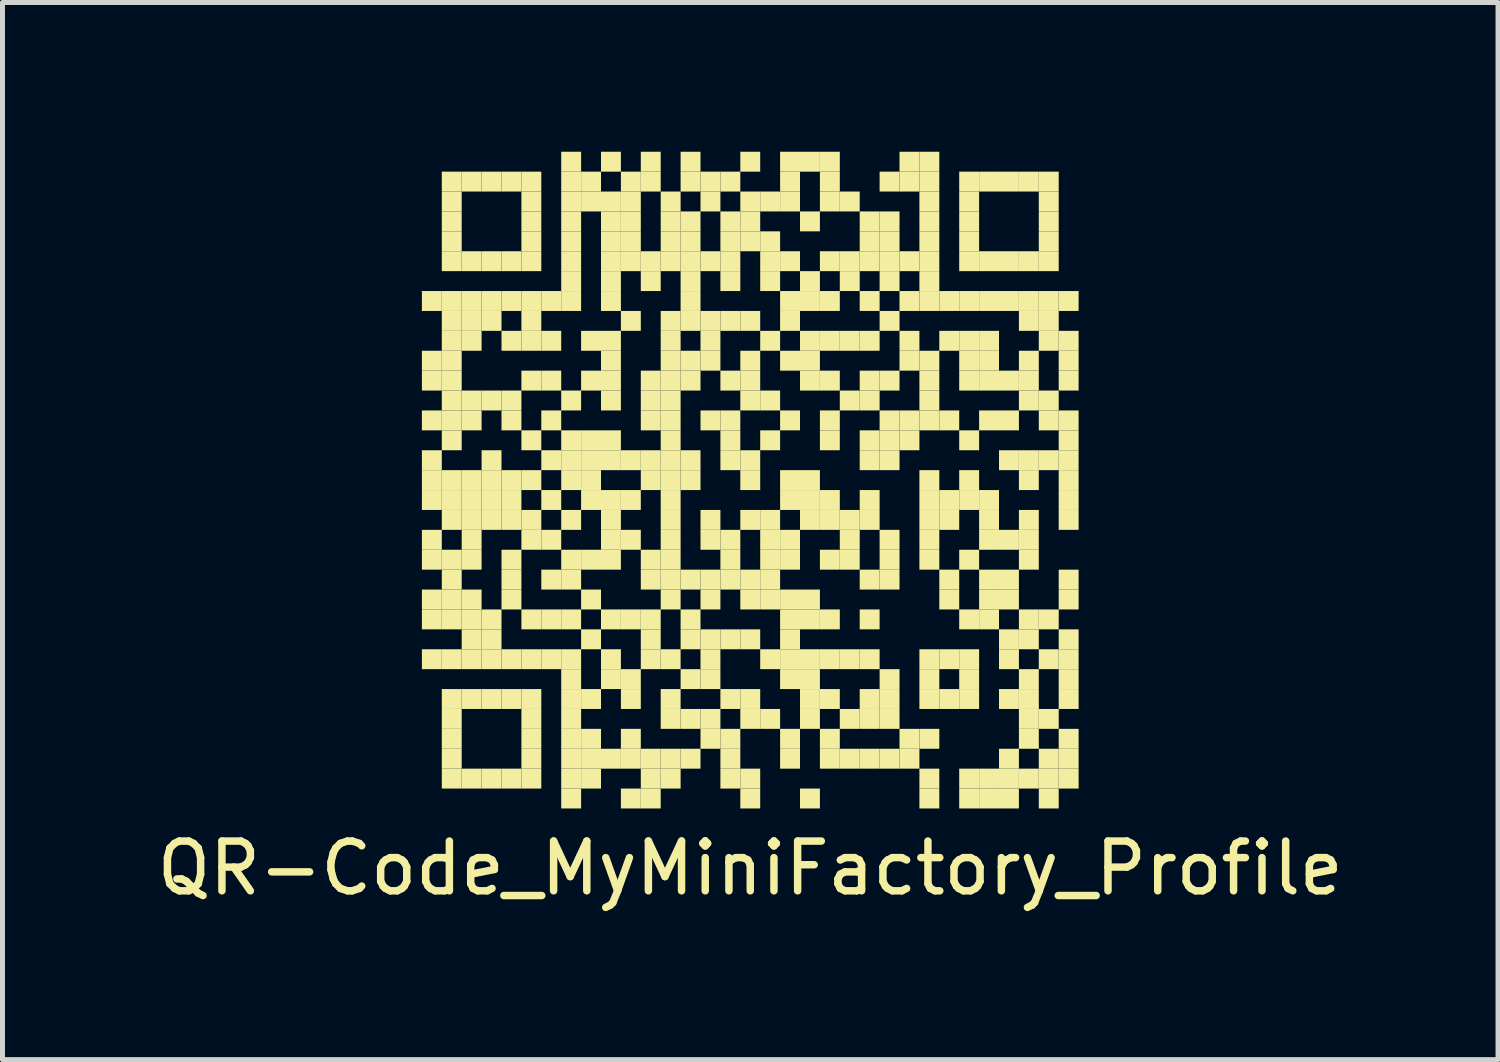
<source format=kicad_pcb>
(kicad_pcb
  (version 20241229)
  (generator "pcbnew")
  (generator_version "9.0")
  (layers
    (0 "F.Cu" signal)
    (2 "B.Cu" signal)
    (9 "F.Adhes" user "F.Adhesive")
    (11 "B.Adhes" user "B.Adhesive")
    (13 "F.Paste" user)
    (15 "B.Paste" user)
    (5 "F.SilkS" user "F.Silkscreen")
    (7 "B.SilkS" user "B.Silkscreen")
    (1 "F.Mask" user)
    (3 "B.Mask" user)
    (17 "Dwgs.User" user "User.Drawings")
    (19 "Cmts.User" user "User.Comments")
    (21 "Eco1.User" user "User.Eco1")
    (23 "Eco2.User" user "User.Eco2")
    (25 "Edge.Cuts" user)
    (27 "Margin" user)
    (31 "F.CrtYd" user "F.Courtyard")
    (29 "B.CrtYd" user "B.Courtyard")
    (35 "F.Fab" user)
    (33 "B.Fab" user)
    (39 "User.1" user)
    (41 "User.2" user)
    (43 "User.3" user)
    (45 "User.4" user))
  (footprint "QR-Code_MyMiniFactory_Profile"
    (layer "F.Cu")
    (at 12.03 6.6)
    (property "Reference" "QR-Code_MyMiniFactory_Profile" (at 0 7.8 0) (layer "F.SilkS") (effects (font (size 1 1) (thickness 0.15))))
    (attr through_hole)
    (fp_poly (pts (xy -6.2 -3.4) (xy -6.2 -3.8) (xy -6.6 -3.8) (xy -6.6 -3.4)) (stroke (width 0) (type solid)) (fill yes) (layer "F.SilkS"))
    (fp_poly (pts (xy -6.2 -2.2) (xy -6.2 -2.6) (xy -6.6 -2.6) (xy -6.6 -2.2)) (stroke (width 0) (type solid)) (fill yes) (layer "F.SilkS"))
    (fp_poly (pts (xy -6.2 -1.8) (xy -6.2 -2.2) (xy -6.6 -2.2) (xy -6.6 -1.8)) (stroke (width 0) (type solid)) (fill yes) (layer "F.SilkS"))
    (fp_poly (pts (xy -6.2 -1) (xy -6.2 -1.4) (xy -6.6 -1.4) (xy -6.6 -1)) (stroke (width 0) (type solid)) (fill yes) (layer "F.SilkS"))
    (fp_poly (pts (xy -6.2 -0.2) (xy -6.2 -0.6) (xy -6.6 -0.6) (xy -6.6 -0.2)) (stroke (width 0) (type solid)) (fill yes) (layer "F.SilkS"))
    (fp_poly (pts (xy -6.2 0.2) (xy -6.2 -0.2) (xy -6.6 -0.2) (xy -6.6 0.2)) (stroke (width 0) (type solid)) (fill yes) (layer "F.SilkS"))
    (fp_poly (pts (xy -6.2 0.6) (xy -6.2 0.2) (xy -6.6 0.2) (xy -6.6 0.6)) (stroke (width 0) (type solid)) (fill yes) (layer "F.SilkS"))
    (fp_poly (pts (xy -6.2 1.4) (xy -6.2 1) (xy -6.6 1) (xy -6.6 1.4)) (stroke (width 0) (type solid)) (fill yes) (layer "F.SilkS"))
    (fp_poly (pts (xy -6.2 1.8) (xy -6.2 1.4) (xy -6.6 1.4) (xy -6.6 1.8)) (stroke (width 0) (type solid)) (fill yes) (layer "F.SilkS"))
    (fp_poly (pts (xy -6.2 2.6) (xy -6.2 2.2) (xy -6.6 2.2) (xy -6.6 2.6)) (stroke (width 0) (type solid)) (fill yes) (layer "F.SilkS"))
    (fp_poly (pts (xy -6.2 3) (xy -6.2 2.6) (xy -6.6 2.6) (xy -6.6 3)) (stroke (width 0) (type solid)) (fill yes) (layer "F.SilkS"))
    (fp_poly (pts (xy -6.2 3.8) (xy -6.2 3.4) (xy -6.6 3.4) (xy -6.6 3.8)) (stroke (width 0) (type solid)) (fill yes) (layer "F.SilkS"))
    (fp_poly (pts (xy -5.8 -5.8) (xy -5.8 -6.2) (xy -6.2 -6.2) (xy -6.2 -5.8)) (stroke (width 0) (type solid)) (fill yes) (layer "F.SilkS"))
    (fp_poly (pts (xy -5.8 -5.4) (xy -5.8 -5.8) (xy -6.2 -5.8) (xy -6.2 -5.4)) (stroke (width 0) (type solid)) (fill yes) (layer "F.SilkS"))
    (fp_poly (pts (xy -5.8 -5) (xy -5.8 -5.4) (xy -6.2 -5.4) (xy -6.2 -5)) (stroke (width 0) (type solid)) (fill yes) (layer "F.SilkS"))
    (fp_poly (pts (xy -5.8 -4.6) (xy -5.8 -5) (xy -6.2 -5) (xy -6.2 -4.6)) (stroke (width 0) (type solid)) (fill yes) (layer "F.SilkS"))
    (fp_poly (pts (xy -5.8 -4.2) (xy -5.8 -4.6) (xy -6.2 -4.6) (xy -6.2 -4.2)) (stroke (width 0) (type solid)) (fill yes) (layer "F.SilkS"))
    (fp_poly (pts (xy -5.8 -3.4) (xy -5.8 -3.8) (xy -6.2 -3.8) (xy -6.2 -3.4)) (stroke (width 0) (type solid)) (fill yes) (layer "F.SilkS"))
    (fp_poly (pts (xy -5.8 -3) (xy -5.8 -3.4) (xy -6.2 -3.4) (xy -6.2 -3)) (stroke (width 0) (type solid)) (fill yes) (layer "F.SilkS"))
    (fp_poly (pts (xy -5.8 -2.6) (xy -5.8 -3) (xy -6.2 -3) (xy -6.2 -2.6)) (stroke (width 0) (type solid)) (fill yes) (layer "F.SilkS"))
    (fp_poly (pts (xy -5.8 -2.2) (xy -5.8 -2.6) (xy -6.2 -2.6) (xy -6.2 -2.2)) (stroke (width 0) (type solid)) (fill yes) (layer "F.SilkS"))
    (fp_poly (pts (xy -5.8 -1.8) (xy -5.8 -2.2) (xy -6.2 -2.2) (xy -6.2 -1.8)) (stroke (width 0) (type solid)) (fill yes) (layer "F.SilkS"))
    (fp_poly (pts (xy -5.8 -1.4) (xy -5.8 -1.8) (xy -6.2 -1.8) (xy -6.2 -1.4)) (stroke (width 0) (type solid)) (fill yes) (layer "F.SilkS"))
    (fp_poly (pts (xy -5.8 -1) (xy -5.8 -1.4) (xy -6.2 -1.4) (xy -6.2 -1)) (stroke (width 0) (type solid)) (fill yes) (layer "F.SilkS"))
    (fp_poly (pts (xy -5.8 -0.6) (xy -5.8 -1) (xy -6.2 -1) (xy -6.2 -0.6)) (stroke (width 0) (type solid)) (fill yes) (layer "F.SilkS"))
    (fp_poly (pts (xy -5.8 0.2) (xy -5.8 -0.2) (xy -6.2 -0.2) (xy -6.2 0.2)) (stroke (width 0) (type solid)) (fill yes) (layer "F.SilkS"))
    (fp_poly (pts (xy -5.8 0.6) (xy -5.8 0.2) (xy -6.2 0.2) (xy -6.2 0.6)) (stroke (width 0) (type solid)) (fill yes) (layer "F.SilkS"))
    (fp_poly (pts (xy -5.8 1) (xy -5.8 0.6) (xy -6.2 0.6) (xy -6.2 1)) (stroke (width 0) (type solid)) (fill yes) (layer "F.SilkS"))
    (fp_poly (pts (xy -5.8 1.8) (xy -5.8 1.4) (xy -6.2 1.4) (xy -6.2 1.8)) (stroke (width 0) (type solid)) (fill yes) (layer "F.SilkS"))
    (fp_poly (pts (xy -5.8 2.2) (xy -5.8 1.8) (xy -6.2 1.8) (xy -6.2 2.2)) (stroke (width 0) (type solid)) (fill yes) (layer "F.SilkS"))
    (fp_poly (pts (xy -5.8 2.6) (xy -5.8 2.2) (xy -6.2 2.2) (xy -6.2 2.6)) (stroke (width 0) (type solid)) (fill yes) (layer "F.SilkS"))
    (fp_poly (pts (xy -5.8 3) (xy -5.8 2.6) (xy -6.2 2.6) (xy -6.2 3)) (stroke (width 0) (type solid)) (fill yes) (layer "F.SilkS"))
    (fp_poly (pts (xy -5.8 3.8) (xy -5.8 3.4) (xy -6.2 3.4) (xy -6.2 3.8)) (stroke (width 0) (type solid)) (fill yes) (layer "F.SilkS"))
    (fp_poly (pts (xy -5.8 4.6) (xy -5.8 4.2) (xy -6.2 4.2) (xy -6.2 4.6)) (stroke (width 0) (type solid)) (fill yes) (layer "F.SilkS"))
    (fp_poly (pts (xy -5.8 5) (xy -5.8 4.6) (xy -6.2 4.6) (xy -6.2 5)) (stroke (width 0) (type solid)) (fill yes) (layer "F.SilkS"))
    (fp_poly (pts (xy -5.8 5.4) (xy -5.8 5) (xy -6.2 5) (xy -6.2 5.4)) (stroke (width 0) (type solid)) (fill yes) (layer "F.SilkS"))
    (fp_poly (pts (xy -5.8 5.8) (xy -5.8 5.4) (xy -6.2 5.4) (xy -6.2 5.8)) (stroke (width 0) (type solid)) (fill yes) (layer "F.SilkS"))
    (fp_poly (pts (xy -5.8 6.2) (xy -5.8 5.8) (xy -6.2 5.8) (xy -6.2 6.2)) (stroke (width 0) (type solid)) (fill yes) (layer "F.SilkS"))
    (fp_poly (pts (xy -5.4 -5.8) (xy -5.4 -6.2) (xy -5.8 -6.2) (xy -5.8 -5.8)) (stroke (width 0) (type solid)) (fill yes) (layer "F.SilkS"))
    (fp_poly (pts (xy -5.4 -4.2) (xy -5.4 -4.6) (xy -5.8 -4.6) (xy -5.8 -4.2)) (stroke (width 0) (type solid)) (fill yes) (layer "F.SilkS"))
    (fp_poly (pts (xy -5.4 -3.4) (xy -5.4 -3.8) (xy -5.8 -3.8) (xy -5.8 -3.4)) (stroke (width 0) (type solid)) (fill yes) (layer "F.SilkS"))
    (fp_poly (pts (xy -5.4 -3) (xy -5.4 -3.4) (xy -5.8 -3.4) (xy -5.8 -3)) (stroke (width 0) (type solid)) (fill yes) (layer "F.SilkS"))
    (fp_poly (pts (xy -5.4 -2.6) (xy -5.4 -3) (xy -5.8 -3) (xy -5.8 -2.6)) (stroke (width 0) (type solid)) (fill yes) (layer "F.SilkS"))
    (fp_poly (pts (xy -5.4 -1.4) (xy -5.4 -1.8) (xy -5.8 -1.8) (xy -5.8 -1.4)) (stroke (width 0) (type solid)) (fill yes) (layer "F.SilkS"))
    (fp_poly (pts (xy -5.4 -1) (xy -5.4 -1.4) (xy -5.8 -1.4) (xy -5.8 -1)) (stroke (width 0) (type solid)) (fill yes) (layer "F.SilkS"))
    (fp_poly (pts (xy -5.4 0.2) (xy -5.4 -0.2) (xy -5.8 -0.2) (xy -5.8 0.2)) (stroke (width 0) (type solid)) (fill yes) (layer "F.SilkS"))
    (fp_poly (pts (xy -5.4 0.6) (xy -5.4 0.2) (xy -5.8 0.2) (xy -5.8 0.6)) (stroke (width 0) (type solid)) (fill yes) (layer "F.SilkS"))
    (fp_poly (pts (xy -5.4 1) (xy -5.4 0.6) (xy -5.8 0.6) (xy -5.8 1)) (stroke (width 0) (type solid)) (fill yes) (layer "F.SilkS"))
    (fp_poly (pts (xy -5.4 1.4) (xy -5.4 1) (xy -5.8 1) (xy -5.8 1.4)) (stroke (width 0) (type solid)) (fill yes) (layer "F.SilkS"))
    (fp_poly (pts (xy -5.4 1.8) (xy -5.4 1.4) (xy -5.8 1.4) (xy -5.8 1.8)) (stroke (width 0) (type solid)) (fill yes) (layer "F.SilkS"))
    (fp_poly (pts (xy -5.4 2.6) (xy -5.4 2.2) (xy -5.8 2.2) (xy -5.8 2.6)) (stroke (width 0) (type solid)) (fill yes) (layer "F.SilkS"))
    (fp_poly (pts (xy -5.4 3) (xy -5.4 2.6) (xy -5.8 2.6) (xy -5.8 3)) (stroke (width 0) (type solid)) (fill yes) (layer "F.SilkS"))
    (fp_poly (pts (xy -5.4 3.4) (xy -5.4 3) (xy -5.8 3) (xy -5.8 3.4)) (stroke (width 0) (type solid)) (fill yes) (layer "F.SilkS"))
    (fp_poly (pts (xy -5.4 3.8) (xy -5.4 3.4) (xy -5.8 3.4) (xy -5.8 3.8)) (stroke (width 0) (type solid)) (fill yes) (layer "F.SilkS"))
    (fp_poly (pts (xy -5.4 4.6) (xy -5.4 4.2) (xy -5.8 4.2) (xy -5.8 4.6)) (stroke (width 0) (type solid)) (fill yes) (layer "F.SilkS"))
    (fp_poly (pts (xy -5.4 6.2) (xy -5.4 5.8) (xy -5.8 5.8) (xy -5.8 6.2)) (stroke (width 0) (type solid)) (fill yes) (layer "F.SilkS"))
    (fp_poly (pts (xy -5 -5.8) (xy -5 -6.2) (xy -5.4 -6.2) (xy -5.4 -5.8)) (stroke (width 0) (type solid)) (fill yes) (layer "F.SilkS"))
    (fp_poly (pts (xy -5 -4.2) (xy -5 -4.6) (xy -5.4 -4.6) (xy -5.4 -4.2)) (stroke (width 0) (type solid)) (fill yes) (layer "F.SilkS"))
    (fp_poly (pts (xy -5 -3.4) (xy -5 -3.8) (xy -5.4 -3.8) (xy -5.4 -3.4)) (stroke (width 0) (type solid)) (fill yes) (layer "F.SilkS"))
    (fp_poly (pts (xy -5 -3) (xy -5 -3.4) (xy -5.4 -3.4) (xy -5.4 -3)) (stroke (width 0) (type solid)) (fill yes) (layer "F.SilkS"))
    (fp_poly (pts (xy -5 -1.4) (xy -5 -1.8) (xy -5.4 -1.8) (xy -5.4 -1.4)) (stroke (width 0) (type solid)) (fill yes) (layer "F.SilkS"))
    (fp_poly (pts (xy -5 -0.2) (xy -5 -0.6) (xy -5.4 -0.6) (xy -5.4 -0.2)) (stroke (width 0) (type solid)) (fill yes) (layer "F.SilkS"))
    (fp_poly (pts (xy -5 0.2) (xy -5 -0.2) (xy -5.4 -0.2) (xy -5.4 0.2)) (stroke (width 0) (type solid)) (fill yes) (layer "F.SilkS"))
    (fp_poly (pts (xy -5 0.6) (xy -5 0.2) (xy -5.4 0.2) (xy -5.4 0.6)) (stroke (width 0) (type solid)) (fill yes) (layer "F.SilkS"))
    (fp_poly (pts (xy -5 1) (xy -5 0.6) (xy -5.4 0.6) (xy -5.4 1)) (stroke (width 0) (type solid)) (fill yes) (layer "F.SilkS"))
    (fp_poly (pts (xy -5 3) (xy -5 2.6) (xy -5.4 2.6) (xy -5.4 3)) (stroke (width 0) (type solid)) (fill yes) (layer "F.SilkS"))
    (fp_poly (pts (xy -5 3.4) (xy -5 3) (xy -5.4 3) (xy -5.4 3.4)) (stroke (width 0) (type solid)) (fill yes) (layer "F.SilkS"))
    (fp_poly (pts (xy -5 3.8) (xy -5 3.4) (xy -5.4 3.4) (xy -5.4 3.8)) (stroke (width 0) (type solid)) (fill yes) (layer "F.SilkS"))
    (fp_poly (pts (xy -5 4.6) (xy -5 4.2) (xy -5.4 4.2) (xy -5.4 4.6)) (stroke (width 0) (type solid)) (fill yes) (layer "F.SilkS"))
    (fp_poly (pts (xy -5 6.2) (xy -5 5.8) (xy -5.4 5.8) (xy -5.4 6.2)) (stroke (width 0) (type solid)) (fill yes) (layer "F.SilkS"))
    (fp_poly (pts (xy -4.6 -5.8) (xy -4.6 -6.2) (xy -5 -6.2) (xy -5 -5.8)) (stroke (width 0) (type solid)) (fill yes) (layer "F.SilkS"))
    (fp_poly (pts (xy -4.6 -4.2) (xy -4.6 -4.6) (xy -5 -4.6) (xy -5 -4.2)) (stroke (width 0) (type solid)) (fill yes) (layer "F.SilkS"))
    (fp_poly (pts (xy -4.6 -3.4) (xy -4.6 -3.8) (xy -5 -3.8) (xy -5 -3.4)) (stroke (width 0) (type solid)) (fill yes) (layer "F.SilkS"))
    (fp_poly (pts (xy -4.6 -2.6) (xy -4.6 -3) (xy -5 -3) (xy -5 -2.6)) (stroke (width 0) (type solid)) (fill yes) (layer "F.SilkS"))
    (fp_poly (pts (xy -4.6 -1.4) (xy -4.6 -1.8) (xy -5 -1.8) (xy -5 -1.4)) (stroke (width 0) (type solid)) (fill yes) (layer "F.SilkS"))
    (fp_poly (pts (xy -4.6 -1) (xy -4.6 -1.4) (xy -5 -1.4) (xy -5 -1)) (stroke (width 0) (type solid)) (fill yes) (layer "F.SilkS"))
    (fp_poly (pts (xy -4.6 0.2) (xy -4.6 -0.2) (xy -5 -0.2) (xy -5 0.2)) (stroke (width 0) (type solid)) (fill yes) (layer "F.SilkS"))
    (fp_poly (pts (xy -4.6 0.6) (xy -4.6 0.2) (xy -5 0.2) (xy -5 0.6)) (stroke (width 0) (type solid)) (fill yes) (layer "F.SilkS"))
    (fp_poly (pts (xy -4.6 1) (xy -4.6 0.6) (xy -5 0.6) (xy -5 1)) (stroke (width 0) (type solid)) (fill yes) (layer "F.SilkS"))
    (fp_poly (pts (xy -4.6 1.8) (xy -4.6 1.4) (xy -5 1.4) (xy -5 1.8)) (stroke (width 0) (type solid)) (fill yes) (layer "F.SilkS"))
    (fp_poly (pts (xy -4.6 2.2) (xy -4.6 1.8) (xy -5 1.8) (xy -5 2.2)) (stroke (width 0) (type solid)) (fill yes) (layer "F.SilkS"))
    (fp_poly (pts (xy -4.6 2.6) (xy -4.6 2.2) (xy -5 2.2) (xy -5 2.6)) (stroke (width 0) (type solid)) (fill yes) (layer "F.SilkS"))
    (fp_poly (pts (xy -4.6 3.8) (xy -4.6 3.4) (xy -5 3.4) (xy -5 3.8)) (stroke (width 0) (type solid)) (fill yes) (layer "F.SilkS"))
    (fp_poly (pts (xy -4.6 4.6) (xy -4.6 4.2) (xy -5 4.2) (xy -5 4.6)) (stroke (width 0) (type solid)) (fill yes) (layer "F.SilkS"))
    (fp_poly (pts (xy -4.6 6.2) (xy -4.6 5.8) (xy -5 5.8) (xy -5 6.2)) (stroke (width 0) (type solid)) (fill yes) (layer "F.SilkS"))
    (fp_poly (pts (xy -4.2 -5.8) (xy -4.2 -6.2) (xy -4.6 -6.2) (xy -4.6 -5.8)) (stroke (width 0) (type solid)) (fill yes) (layer "F.SilkS"))
    (fp_poly (pts (xy -4.2 -5.4) (xy -4.2 -5.8) (xy -4.6 -5.8) (xy -4.6 -5.4)) (stroke (width 0) (type solid)) (fill yes) (layer "F.SilkS"))
    (fp_poly (pts (xy -4.2 -5) (xy -4.2 -5.4) (xy -4.6 -5.4) (xy -4.6 -5)) (stroke (width 0) (type solid)) (fill yes) (layer "F.SilkS"))
    (fp_poly (pts (xy -4.2 -4.6) (xy -4.2 -5) (xy -4.6 -5) (xy -4.6 -4.6)) (stroke (width 0) (type solid)) (fill yes) (layer "F.SilkS"))
    (fp_poly (pts (xy -4.2 -4.2) (xy -4.2 -4.6) (xy -4.6 -4.6) (xy -4.6 -4.2)) (stroke (width 0) (type solid)) (fill yes) (layer "F.SilkS"))
    (fp_poly (pts (xy -4.2 -3.4) (xy -4.2 -3.8) (xy -4.6 -3.8) (xy -4.6 -3.4)) (stroke (width 0) (type solid)) (fill yes) (layer "F.SilkS"))
    (fp_poly (pts (xy -4.2 -3) (xy -4.2 -3.4) (xy -4.6 -3.4) (xy -4.6 -3)) (stroke (width 0) (type solid)) (fill yes) (layer "F.SilkS"))
    (fp_poly (pts (xy -4.2 -2.6) (xy -4.2 -3) (xy -4.6 -3) (xy -4.6 -2.6)) (stroke (width 0) (type solid)) (fill yes) (layer "F.SilkS"))
    (fp_poly (pts (xy -4.2 -1.8) (xy -4.2 -2.2) (xy -4.6 -2.2) (xy -4.6 -1.8)) (stroke (width 0) (type solid)) (fill yes) (layer "F.SilkS"))
    (fp_poly (pts (xy -4.2 -0.6) (xy -4.2 -1) (xy -4.6 -1) (xy -4.6 -0.6)) (stroke (width 0) (type solid)) (fill yes) (layer "F.SilkS"))
    (fp_poly (pts (xy -4.2 0.2) (xy -4.2 -0.2) (xy -4.6 -0.2) (xy -4.6 0.2)) (stroke (width 0) (type solid)) (fill yes) (layer "F.SilkS"))
    (fp_poly (pts (xy -4.2 1) (xy -4.2 0.6) (xy -4.6 0.6) (xy -4.6 1)) (stroke (width 0) (type solid)) (fill yes) (layer "F.SilkS"))
    (fp_poly (pts (xy -4.2 1.4) (xy -4.2 1) (xy -4.6 1) (xy -4.6 1.4)) (stroke (width 0) (type solid)) (fill yes) (layer "F.SilkS"))
    (fp_poly (pts (xy -4.2 3) (xy -4.2 2.6) (xy -4.6 2.6) (xy -4.6 3)) (stroke (width 0) (type solid)) (fill yes) (layer "F.SilkS"))
    (fp_poly (pts (xy -4.2 3.8) (xy -4.2 3.4) (xy -4.6 3.4) (xy -4.6 3.8)) (stroke (width 0) (type solid)) (fill yes) (layer "F.SilkS"))
    (fp_poly (pts (xy -4.2 4.6) (xy -4.2 4.2) (xy -4.6 4.2) (xy -4.6 4.6)) (stroke (width 0) (type solid)) (fill yes) (layer "F.SilkS"))
    (fp_poly (pts (xy -4.2 5) (xy -4.2 4.6) (xy -4.6 4.6) (xy -4.6 5)) (stroke (width 0) (type solid)) (fill yes) (layer "F.SilkS"))
    (fp_poly (pts (xy -4.2 5.4) (xy -4.2 5) (xy -4.6 5) (xy -4.6 5.4)) (stroke (width 0) (type solid)) (fill yes) (layer "F.SilkS"))
    (fp_poly (pts (xy -4.2 5.8) (xy -4.2 5.4) (xy -4.6 5.4) (xy -4.6 5.8)) (stroke (width 0) (type solid)) (fill yes) (layer "F.SilkS"))
    (fp_poly (pts (xy -4.2 6.2) (xy -4.2 5.8) (xy -4.6 5.8) (xy -4.6 6.2)) (stroke (width 0) (type solid)) (fill yes) (layer "F.SilkS"))
    (fp_poly (pts (xy -3.8 -3.4) (xy -3.8 -3.8) (xy -4.2 -3.8) (xy -4.2 -3.4)) (stroke (width 0) (type solid)) (fill yes) (layer "F.SilkS"))
    (fp_poly (pts (xy -3.8 -2.6) (xy -3.8 -3) (xy -4.2 -3) (xy -4.2 -2.6)) (stroke (width 0) (type solid)) (fill yes) (layer "F.SilkS"))
    (fp_poly (pts (xy -3.8 -1.8) (xy -3.8 -2.2) (xy -4.2 -2.2) (xy -4.2 -1.8)) (stroke (width 0) (type solid)) (fill yes) (layer "F.SilkS"))
    (fp_poly (pts (xy -3.8 -1) (xy -3.8 -1.4) (xy -4.2 -1.4) (xy -4.2 -1)) (stroke (width 0) (type solid)) (fill yes) (layer "F.SilkS"))
    (fp_poly (pts (xy -3.8 -0.2) (xy -3.8 -0.6) (xy -4.2 -0.6) (xy -4.2 -0.2)) (stroke (width 0) (type solid)) (fill yes) (layer "F.SilkS"))
    (fp_poly (pts (xy -3.8 0.6) (xy -3.8 0.2) (xy -4.2 0.2) (xy -4.2 0.6)) (stroke (width 0) (type solid)) (fill yes) (layer "F.SilkS"))
    (fp_poly (pts (xy -3.8 1.4) (xy -3.8 1) (xy -4.2 1) (xy -4.2 1.4)) (stroke (width 0) (type solid)) (fill yes) (layer "F.SilkS"))
    (fp_poly (pts (xy -3.8 2.2) (xy -3.8 1.8) (xy -4.2 1.8) (xy -4.2 2.2)) (stroke (width 0) (type solid)) (fill yes) (layer "F.SilkS"))
    (fp_poly (pts (xy -3.8 3) (xy -3.8 2.6) (xy -4.2 2.6) (xy -4.2 3)) (stroke (width 0) (type solid)) (fill yes) (layer "F.SilkS"))
    (fp_poly (pts (xy -3.8 3.8) (xy -3.8 3.4) (xy -4.2 3.4) (xy -4.2 3.8)) (stroke (width 0) (type solid)) (fill yes) (layer "F.SilkS"))
    (fp_poly (pts (xy -3.4 -6.2) (xy -3.4 -6.6) (xy -3.8 -6.6) (xy -3.8 -6.2)) (stroke (width 0) (type solid)) (fill yes) (layer "F.SilkS"))
    (fp_poly (pts (xy -3.4 -5.8) (xy -3.4 -6.2) (xy -3.8 -6.2) (xy -3.8 -5.8)) (stroke (width 0) (type solid)) (fill yes) (layer "F.SilkS"))
    (fp_poly (pts (xy -3.4 -5.4) (xy -3.4 -5.8) (xy -3.8 -5.8) (xy -3.8 -5.4)) (stroke (width 0) (type solid)) (fill yes) (layer "F.SilkS"))
    (fp_poly (pts (xy -3.4 -5) (xy -3.4 -5.4) (xy -3.8 -5.4) (xy -3.8 -5)) (stroke (width 0) (type solid)) (fill yes) (layer "F.SilkS"))
    (fp_poly (pts (xy -3.4 -4.6) (xy -3.4 -5) (xy -3.8 -5) (xy -3.8 -4.6)) (stroke (width 0) (type solid)) (fill yes) (layer "F.SilkS"))
    (fp_poly (pts (xy -3.4 -4.2) (xy -3.4 -4.6) (xy -3.8 -4.6) (xy -3.8 -4.2)) (stroke (width 0) (type solid)) (fill yes) (layer "F.SilkS"))
    (fp_poly (pts (xy -3.4 -3.8) (xy -3.4 -4.2) (xy -3.8 -4.2) (xy -3.8 -3.8)) (stroke (width 0) (type solid)) (fill yes) (layer "F.SilkS"))
    (fp_poly (pts (xy -3.4 -3.4) (xy -3.4 -3.8) (xy -3.8 -3.8) (xy -3.8 -3.4)) (stroke (width 0) (type solid)) (fill yes) (layer "F.SilkS"))
    (fp_poly (pts (xy -3.4 -1.4) (xy -3.4 -1.8) (xy -3.8 -1.8) (xy -3.8 -1.4)) (stroke (width 0) (type solid)) (fill yes) (layer "F.SilkS"))
    (fp_poly (pts (xy -3.4 -0.6) (xy -3.4 -1) (xy -3.8 -1) (xy -3.8 -0.6)) (stroke (width 0) (type solid)) (fill yes) (layer "F.SilkS"))
    (fp_poly (pts (xy -3.4 -0.2) (xy -3.4 -0.6) (xy -3.8 -0.6) (xy -3.8 -0.2)) (stroke (width 0) (type solid)) (fill yes) (layer "F.SilkS"))
    (fp_poly (pts (xy -3.4 0.2) (xy -3.4 -0.2) (xy -3.8 -0.2) (xy -3.8 0.2)) (stroke (width 0) (type solid)) (fill yes) (layer "F.SilkS"))
    (fp_poly (pts (xy -3.4 1) (xy -3.4 0.6) (xy -3.8 0.6) (xy -3.8 1)) (stroke (width 0) (type solid)) (fill yes) (layer "F.SilkS"))
    (fp_poly (pts (xy -3.4 1.8) (xy -3.4 1.4) (xy -3.8 1.4) (xy -3.8 1.8)) (stroke (width 0) (type solid)) (fill yes) (layer "F.SilkS"))
    (fp_poly (pts (xy -3.4 2.2) (xy -3.4 1.8) (xy -3.8 1.8) (xy -3.8 2.2)) (stroke (width 0) (type solid)) (fill yes) (layer "F.SilkS"))
    (fp_poly (pts (xy -3.4 3) (xy -3.4 2.6) (xy -3.8 2.6) (xy -3.8 3)) (stroke (width 0) (type solid)) (fill yes) (layer "F.SilkS"))
    (fp_poly (pts (xy -3.4 3.8) (xy -3.4 3.4) (xy -3.8 3.4) (xy -3.8 3.8)) (stroke (width 0) (type solid)) (fill yes) (layer "F.SilkS"))
    (fp_poly (pts (xy -3.4 4.2) (xy -3.4 3.8) (xy -3.8 3.8) (xy -3.8 4.2)) (stroke (width 0) (type solid)) (fill yes) (layer "F.SilkS"))
    (fp_poly (pts (xy -3.4 4.6) (xy -3.4 4.2) (xy -3.8 4.2) (xy -3.8 4.6)) (stroke (width 0) (type solid)) (fill yes) (layer "F.SilkS"))
    (fp_poly (pts (xy -3.4 5) (xy -3.4 4.6) (xy -3.8 4.6) (xy -3.8 5)) (stroke (width 0) (type solid)) (fill yes) (layer "F.SilkS"))
    (fp_poly (pts (xy -3.4 5.4) (xy -3.4 5) (xy -3.8 5) (xy -3.8 5.4)) (stroke (width 0) (type solid)) (fill yes) (layer "F.SilkS"))
    (fp_poly (pts (xy -3.4 5.8) (xy -3.4 5.4) (xy -3.8 5.4) (xy -3.8 5.8)) (stroke (width 0) (type solid)) (fill yes) (layer "F.SilkS"))
    (fp_poly (pts (xy -3.4 6.2) (xy -3.4 5.8) (xy -3.8 5.8) (xy -3.8 6.2)) (stroke (width 0) (type solid)) (fill yes) (layer "F.SilkS"))
    (fp_poly (pts (xy -3.4 6.6) (xy -3.4 6.2) (xy -3.8 6.2) (xy -3.8 6.6)) (stroke (width 0) (type solid)) (fill yes) (layer "F.SilkS"))
    (fp_poly (pts (xy -3 -5.8) (xy -3 -6.2) (xy -3.4 -6.2) (xy -3.4 -5.8)) (stroke (width 0) (type solid)) (fill yes) (layer "F.SilkS"))
    (fp_poly (pts (xy -3 -5.4) (xy -3 -5.8) (xy -3.4 -5.8) (xy -3.4 -5.4)) (stroke (width 0) (type solid)) (fill yes) (layer "F.SilkS"))
    (fp_poly (pts (xy -3 -2.6) (xy -3 -3) (xy -3.4 -3) (xy -3.4 -2.6)) (stroke (width 0) (type solid)) (fill yes) (layer "F.SilkS"))
    (fp_poly (pts (xy -3 -1.8) (xy -3 -2.2) (xy -3.4 -2.2) (xy -3.4 -1.8)) (stroke (width 0) (type solid)) (fill yes) (layer "F.SilkS"))
    (fp_poly (pts (xy -3 -0.6) (xy -3 -1) (xy -3.4 -1) (xy -3.4 -0.6)) (stroke (width 0) (type solid)) (fill yes) (layer "F.SilkS"))
    (fp_poly (pts (xy -3 -0.2) (xy -3 -0.6) (xy -3.4 -0.6) (xy -3.4 -0.2)) (stroke (width 0) (type solid)) (fill yes) (layer "F.SilkS"))
    (fp_poly (pts (xy -3 0.2) (xy -3 -0.2) (xy -3.4 -0.2) (xy -3.4 0.2)) (stroke (width 0) (type solid)) (fill yes) (layer "F.SilkS"))
    (fp_poly (pts (xy -3 0.6) (xy -3 0.2) (xy -3.4 0.2) (xy -3.4 0.6)) (stroke (width 0) (type solid)) (fill yes) (layer "F.SilkS"))
    (fp_poly (pts (xy -3 1.8) (xy -3 1.4) (xy -3.4 1.4) (xy -3.4 1.8)) (stroke (width 0) (type solid)) (fill yes) (layer "F.SilkS"))
    (fp_poly (pts (xy -3 2.6) (xy -3 2.2) (xy -3.4 2.2) (xy -3.4 2.6)) (stroke (width 0) (type solid)) (fill yes) (layer "F.SilkS"))
    (fp_poly (pts (xy -3 3.4) (xy -3 3) (xy -3.4 3) (xy -3.4 3.4)) (stroke (width 0) (type solid)) (fill yes) (layer "F.SilkS"))
    (fp_poly (pts (xy -3 4.6) (xy -3 4.2) (xy -3.4 4.2) (xy -3.4 4.6)) (stroke (width 0) (type solid)) (fill yes) (layer "F.SilkS"))
    (fp_poly (pts (xy -3 5.4) (xy -3 5) (xy -3.4 5) (xy -3.4 5.4)) (stroke (width 0) (type solid)) (fill yes) (layer "F.SilkS"))
    (fp_poly (pts (xy -3 5.8) (xy -3 5.4) (xy -3.4 5.4) (xy -3.4 5.8)) (stroke (width 0) (type solid)) (fill yes) (layer "F.SilkS"))
    (fp_poly (pts (xy -3 6.2) (xy -3 5.8) (xy -3.4 5.8) (xy -3.4 6.2)) (stroke (width 0) (type solid)) (fill yes) (layer "F.SilkS"))
    (fp_poly (pts (xy -2.6 -6.2) (xy -2.6 -6.6) (xy -3 -6.6) (xy -3 -6.2)) (stroke (width 0) (type solid)) (fill yes) (layer "F.SilkS"))
    (fp_poly (pts (xy -2.6 -5.4) (xy -2.6 -5.8) (xy -3 -5.8) (xy -3 -5.4)) (stroke (width 0) (type solid)) (fill yes) (layer "F.SilkS"))
    (fp_poly (pts (xy -2.6 -5) (xy -2.6 -5.4) (xy -3 -5.4) (xy -3 -5)) (stroke (width 0) (type solid)) (fill yes) (layer "F.SilkS"))
    (fp_poly (pts (xy -2.6 -4.6) (xy -2.6 -5) (xy -3 -5) (xy -3 -4.6)) (stroke (width 0) (type solid)) (fill yes) (layer "F.SilkS"))
    (fp_poly (pts (xy -2.6 -4.2) (xy -2.6 -4.6) (xy -3 -4.6) (xy -3 -4.2)) (stroke (width 0) (type solid)) (fill yes) (layer "F.SilkS"))
    (fp_poly (pts (xy -2.6 -3.8) (xy -2.6 -4.2) (xy -3 -4.2) (xy -3 -3.8)) (stroke (width 0) (type solid)) (fill yes) (layer "F.SilkS"))
    (fp_poly (pts (xy -2.6 -3.4) (xy -2.6 -3.8) (xy -3 -3.8) (xy -3 -3.4)) (stroke (width 0) (type solid)) (fill yes) (layer "F.SilkS"))
    (fp_poly (pts (xy -2.6 -2.6) (xy -2.6 -3) (xy -3 -3) (xy -3 -2.6)) (stroke (width 0) (type solid)) (fill yes) (layer "F.SilkS"))
    (fp_poly (pts (xy -2.6 -2.2) (xy -2.6 -2.6) (xy -3 -2.6) (xy -3 -2.2)) (stroke (width 0) (type solid)) (fill yes) (layer "F.SilkS"))
    (fp_poly (pts (xy -2.6 -1.8) (xy -2.6 -2.2) (xy -3 -2.2) (xy -3 -1.8)) (stroke (width 0) (type solid)) (fill yes) (layer "F.SilkS"))
    (fp_poly (pts (xy -2.6 -1.4) (xy -2.6 -1.8) (xy -3 -1.8) (xy -3 -1.4)) (stroke (width 0) (type solid)) (fill yes) (layer "F.SilkS"))
    (fp_poly (pts (xy -2.6 -0.6) (xy -2.6 -1) (xy -3 -1) (xy -3 -0.6)) (stroke (width 0) (type solid)) (fill yes) (layer "F.SilkS"))
    (fp_poly (pts (xy -2.6 -0.2) (xy -2.6 -0.6) (xy -3 -0.6) (xy -3 -0.2)) (stroke (width 0) (type solid)) (fill yes) (layer "F.SilkS"))
    (fp_poly (pts (xy -2.6 0.6) (xy -2.6 0.2) (xy -3 0.2) (xy -3 0.6)) (stroke (width 0) (type solid)) (fill yes) (layer "F.SilkS"))
    (fp_poly (pts (xy -2.6 1) (xy -2.6 0.6) (xy -3 0.6) (xy -3 1)) (stroke (width 0) (type solid)) (fill yes) (layer "F.SilkS"))
    (fp_poly (pts (xy -2.6 1.4) (xy -2.6 1) (xy -3 1) (xy -3 1.4)) (stroke (width 0) (type solid)) (fill yes) (layer "F.SilkS"))
    (fp_poly (pts (xy -2.6 1.8) (xy -2.6 1.4) (xy -3 1.4) (xy -3 1.8)) (stroke (width 0) (type solid)) (fill yes) (layer "F.SilkS"))
    (fp_poly (pts (xy -2.6 3) (xy -2.6 2.6) (xy -3 2.6) (xy -3 3)) (stroke (width 0) (type solid)) (fill yes) (layer "F.SilkS"))
    (fp_poly (pts (xy -2.6 3.8) (xy -2.6 3.4) (xy -3 3.4) (xy -3 3.8)) (stroke (width 0) (type solid)) (fill yes) (layer "F.SilkS"))
    (fp_poly (pts (xy -2.6 4.2) (xy -2.6 3.8) (xy -3 3.8) (xy -3 4.2)) (stroke (width 0) (type solid)) (fill yes) (layer "F.SilkS"))
    (fp_poly (pts (xy -2.6 5.8) (xy -2.6 5.4) (xy -3 5.4) (xy -3 5.8)) (stroke (width 0) (type solid)) (fill yes) (layer "F.SilkS"))
    (fp_poly (pts (xy -2.2 -5.8) (xy -2.2 -6.2) (xy -2.6 -6.2) (xy -2.6 -5.8)) (stroke (width 0) (type solid)) (fill yes) (layer "F.SilkS"))
    (fp_poly (pts (xy -2.2 -5.4) (xy -2.2 -5.8) (xy -2.6 -5.8) (xy -2.6 -5.4)) (stroke (width 0) (type solid)) (fill yes) (layer "F.SilkS"))
    (fp_poly (pts (xy -2.2 -5) (xy -2.2 -5.4) (xy -2.6 -5.4) (xy -2.6 -5)) (stroke (width 0) (type solid)) (fill yes) (layer "F.SilkS"))
    (fp_poly (pts (xy -2.2 -4.6) (xy -2.2 -5) (xy -2.6 -5) (xy -2.6 -4.6)) (stroke (width 0) (type solid)) (fill yes) (layer "F.SilkS"))
    (fp_poly (pts (xy -2.2 -4.2) (xy -2.2 -4.6) (xy -2.6 -4.6) (xy -2.6 -4.2)) (stroke (width 0) (type solid)) (fill yes) (layer "F.SilkS"))
    (fp_poly (pts (xy -2.2 -3) (xy -2.2 -3.4) (xy -2.6 -3.4) (xy -2.6 -3)) (stroke (width 0) (type solid)) (fill yes) (layer "F.SilkS"))
    (fp_poly (pts (xy -2.2 -0.2) (xy -2.2 -0.6) (xy -2.6 -0.6) (xy -2.6 -0.2)) (stroke (width 0) (type solid)) (fill yes) (layer "F.SilkS"))
    (fp_poly (pts (xy -2.2 0.6) (xy -2.2 0.2) (xy -2.6 0.2) (xy -2.6 0.6)) (stroke (width 0) (type solid)) (fill yes) (layer "F.SilkS"))
    (fp_poly (pts (xy -2.2 1.4) (xy -2.2 1) (xy -2.6 1) (xy -2.6 1.4)) (stroke (width 0) (type solid)) (fill yes) (layer "F.SilkS"))
    (fp_poly (pts (xy -2.2 3) (xy -2.2 2.6) (xy -2.6 2.6) (xy -2.6 3)) (stroke (width 0) (type solid)) (fill yes) (layer "F.SilkS"))
    (fp_poly (pts (xy -2.2 4.2) (xy -2.2 3.8) (xy -2.6 3.8) (xy -2.6 4.2)) (stroke (width 0) (type solid)) (fill yes) (layer "F.SilkS"))
    (fp_poly (pts (xy -2.2 4.6) (xy -2.2 4.2) (xy -2.6 4.2) (xy -2.6 4.6)) (stroke (width 0) (type solid)) (fill yes) (layer "F.SilkS"))
    (fp_poly (pts (xy -2.2 5.4) (xy -2.2 5) (xy -2.6 5) (xy -2.6 5.4)) (stroke (width 0) (type solid)) (fill yes) (layer "F.SilkS"))
    (fp_poly (pts (xy -2.2 5.8) (xy -2.2 5.4) (xy -2.6 5.4) (xy -2.6 5.8)) (stroke (width 0) (type solid)) (fill yes) (layer "F.SilkS"))
    (fp_poly (pts (xy -2.2 6.6) (xy -2.2 6.2) (xy -2.6 6.2) (xy -2.6 6.6)) (stroke (width 0) (type solid)) (fill yes) (layer "F.SilkS"))
    (fp_poly (pts (xy -1.8 -6.2) (xy -1.8 -6.6) (xy -2.2 -6.6) (xy -2.2 -6.2)) (stroke (width 0) (type solid)) (fill yes) (layer "F.SilkS"))
    (fp_poly (pts (xy -1.8 -5.8) (xy -1.8 -6.2) (xy -2.2 -6.2) (xy -2.2 -5.8)) (stroke (width 0) (type solid)) (fill yes) (layer "F.SilkS"))
    (fp_poly (pts (xy -1.8 -4.2) (xy -1.8 -4.6) (xy -2.2 -4.6) (xy -2.2 -4.2)) (stroke (width 0) (type solid)) (fill yes) (layer "F.SilkS"))
    (fp_poly (pts (xy -1.8 -3.8) (xy -1.8 -4.2) (xy -2.2 -4.2) (xy -2.2 -3.8)) (stroke (width 0) (type solid)) (fill yes) (layer "F.SilkS"))
    (fp_poly (pts (xy -1.8 -1.8) (xy -1.8 -2.2) (xy -2.2 -2.2) (xy -2.2 -1.8)) (stroke (width 0) (type solid)) (fill yes) (layer "F.SilkS"))
    (fp_poly (pts (xy -1.8 -1.4) (xy -1.8 -1.8) (xy -2.2 -1.8) (xy -2.2 -1.4)) (stroke (width 0) (type solid)) (fill yes) (layer "F.SilkS"))
    (fp_poly (pts (xy -1.8 -1) (xy -1.8 -1.4) (xy -2.2 -1.4) (xy -2.2 -1)) (stroke (width 0) (type solid)) (fill yes) (layer "F.SilkS"))
    (fp_poly (pts (xy -1.8 -0.2) (xy -1.8 -0.6) (xy -2.2 -0.6) (xy -2.2 -0.2)) (stroke (width 0) (type solid)) (fill yes) (layer "F.SilkS"))
    (fp_poly (pts (xy -1.8 0.2) (xy -1.8 -0.2) (xy -2.2 -0.2) (xy -2.2 0.2)) (stroke (width 0) (type solid)) (fill yes) (layer "F.SilkS"))
    (fp_poly (pts (xy -1.8 1.8) (xy -1.8 1.4) (xy -2.2 1.4) (xy -2.2 1.8)) (stroke (width 0) (type solid)) (fill yes) (layer "F.SilkS"))
    (fp_poly (pts (xy -1.8 2.2) (xy -1.8 1.8) (xy -2.2 1.8) (xy -2.2 2.2)) (stroke (width 0) (type solid)) (fill yes) (layer "F.SilkS"))
    (fp_poly (pts (xy -1.8 3) (xy -1.8 2.6) (xy -2.2 2.6) (xy -2.2 3)) (stroke (width 0) (type solid)) (fill yes) (layer "F.SilkS"))
    (fp_poly (pts (xy -1.8 3.4) (xy -1.8 3) (xy -2.2 3) (xy -2.2 3.4)) (stroke (width 0) (type solid)) (fill yes) (layer "F.SilkS"))
    (fp_poly (pts (xy -1.8 3.8) (xy -1.8 3.4) (xy -2.2 3.4) (xy -2.2 3.8)) (stroke (width 0) (type solid)) (fill yes) (layer "F.SilkS"))
    (fp_poly (pts (xy -1.8 5.8) (xy -1.8 5.4) (xy -2.2 5.4) (xy -2.2 5.8)) (stroke (width 0) (type solid)) (fill yes) (layer "F.SilkS"))
    (fp_poly (pts (xy -1.8 6.2) (xy -1.8 5.8) (xy -2.2 5.8) (xy -2.2 6.2)) (stroke (width 0) (type solid)) (fill yes) (layer "F.SilkS"))
    (fp_poly (pts (xy -1.8 6.6) (xy -1.8 6.2) (xy -2.2 6.2) (xy -2.2 6.6)) (stroke (width 0) (type solid)) (fill yes) (layer "F.SilkS"))
    (fp_poly (pts (xy -1.4 -5.4) (xy -1.4 -5.8) (xy -1.8 -5.8) (xy -1.8 -5.4)) (stroke (width 0) (type solid)) (fill yes) (layer "F.SilkS"))
    (fp_poly (pts (xy -1.4 -5) (xy -1.4 -5.4) (xy -1.8 -5.4) (xy -1.8 -5)) (stroke (width 0) (type solid)) (fill yes) (layer "F.SilkS"))
    (fp_poly (pts (xy -1.4 -4.6) (xy -1.4 -5) (xy -1.8 -5) (xy -1.8 -4.6)) (stroke (width 0) (type solid)) (fill yes) (layer "F.SilkS"))
    (fp_poly (pts (xy -1.4 -4.2) (xy -1.4 -4.6) (xy -1.8 -4.6) (xy -1.8 -4.2)) (stroke (width 0) (type solid)) (fill yes) (layer "F.SilkS"))
    (fp_poly (pts (xy -1.4 -3) (xy -1.4 -3.4) (xy -1.8 -3.4) (xy -1.8 -3)) (stroke (width 0) (type solid)) (fill yes) (layer "F.SilkS"))
    (fp_poly (pts (xy -1.4 -2.6) (xy -1.4 -3) (xy -1.8 -3) (xy -1.8 -2.6)) (stroke (width 0) (type solid)) (fill yes) (layer "F.SilkS"))
    (fp_poly (pts (xy -1.4 -2.2) (xy -1.4 -2.6) (xy -1.8 -2.6) (xy -1.8 -2.2)) (stroke (width 0) (type solid)) (fill yes) (layer "F.SilkS"))
    (fp_poly (pts (xy -1.4 -1.8) (xy -1.4 -2.2) (xy -1.8 -2.2) (xy -1.8 -1.8)) (stroke (width 0) (type solid)) (fill yes) (layer "F.SilkS"))
    (fp_poly (pts (xy -1.4 -1.4) (xy -1.4 -1.8) (xy -1.8 -1.8) (xy -1.8 -1.4)) (stroke (width 0) (type solid)) (fill yes) (layer "F.SilkS"))
    (fp_poly (pts (xy -1.4 -1) (xy -1.4 -1.4) (xy -1.8 -1.4) (xy -1.8 -1)) (stroke (width 0) (type solid)) (fill yes) (layer "F.SilkS"))
    (fp_poly (pts (xy -1.4 -0.6) (xy -1.4 -1) (xy -1.8 -1) (xy -1.8 -0.6)) (stroke (width 0) (type solid)) (fill yes) (layer "F.SilkS"))
    (fp_poly (pts (xy -1.4 -0.2) (xy -1.4 -0.6) (xy -1.8 -0.6) (xy -1.8 -0.2)) (stroke (width 0) (type solid)) (fill yes) (layer "F.SilkS"))
    (fp_poly (pts (xy -1.4 0.2) (xy -1.4 -0.2) (xy -1.8 -0.2) (xy -1.8 0.2)) (stroke (width 0) (type solid)) (fill yes) (layer "F.SilkS"))
    (fp_poly (pts (xy -1.4 0.6) (xy -1.4 0.2) (xy -1.8 0.2) (xy -1.8 0.6)) (stroke (width 0) (type solid)) (fill yes) (layer "F.SilkS"))
    (fp_poly (pts (xy -1.4 1) (xy -1.4 0.6) (xy -1.8 0.6) (xy -1.8 1)) (stroke (width 0) (type solid)) (fill yes) (layer "F.SilkS"))
    (fp_poly (pts (xy -1.4 1.4) (xy -1.4 1) (xy -1.8 1) (xy -1.8 1.4)) (stroke (width 0) (type solid)) (fill yes) (layer "F.SilkS"))
    (fp_poly (pts (xy -1.4 1.8) (xy -1.4 1.4) (xy -1.8 1.4) (xy -1.8 1.8)) (stroke (width 0) (type solid)) (fill yes) (layer "F.SilkS"))
    (fp_poly (pts (xy -1.4 2.2) (xy -1.4 1.8) (xy -1.8 1.8) (xy -1.8 2.2)) (stroke (width 0) (type solid)) (fill yes) (layer "F.SilkS"))
    (fp_poly (pts (xy -1.4 2.6) (xy -1.4 2.2) (xy -1.8 2.2) (xy -1.8 2.6)) (stroke (width 0) (type solid)) (fill yes) (layer "F.SilkS"))
    (fp_poly (pts (xy -1.4 3.8) (xy -1.4 3.4) (xy -1.8 3.4) (xy -1.8 3.8)) (stroke (width 0) (type solid)) (fill yes) (layer "F.SilkS"))
    (fp_poly (pts (xy -1.4 4.6) (xy -1.4 4.2) (xy -1.8 4.2) (xy -1.8 4.6)) (stroke (width 0) (type solid)) (fill yes) (layer "F.SilkS"))
    (fp_poly (pts (xy -1.4 5) (xy -1.4 4.6) (xy -1.8 4.6) (xy -1.8 5)) (stroke (width 0) (type solid)) (fill yes) (layer "F.SilkS"))
    (fp_poly (pts (xy -1.4 5.8) (xy -1.4 5.4) (xy -1.8 5.4) (xy -1.8 5.8)) (stroke (width 0) (type solid)) (fill yes) (layer "F.SilkS"))
    (fp_poly (pts (xy -1.4 6.2) (xy -1.4 5.8) (xy -1.8 5.8) (xy -1.8 6.2)) (stroke (width 0) (type solid)) (fill yes) (layer "F.SilkS"))
    (fp_poly (pts (xy -1 -6.2) (xy -1 -6.6) (xy -1.4 -6.6) (xy -1.4 -6.2)) (stroke (width 0) (type solid)) (fill yes) (layer "F.SilkS"))
    (fp_poly (pts (xy -1 -5.8) (xy -1 -6.2) (xy -1.4 -6.2) (xy -1.4 -5.8)) (stroke (width 0) (type solid)) (fill yes) (layer "F.SilkS"))
    (fp_poly (pts (xy -1 -5) (xy -1 -5.4) (xy -1.4 -5.4) (xy -1.4 -5)) (stroke (width 0) (type solid)) (fill yes) (layer "F.SilkS"))
    (fp_poly (pts (xy -1 -4.6) (xy -1 -5) (xy -1.4 -5) (xy -1.4 -4.6)) (stroke (width 0) (type solid)) (fill yes) (layer "F.SilkS"))
    (fp_poly (pts (xy -1 -4.2) (xy -1 -4.6) (xy -1.4 -4.6) (xy -1.4 -4.2)) (stroke (width 0) (type solid)) (fill yes) (layer "F.SilkS"))
    (fp_poly (pts (xy -1 -3.8) (xy -1 -4.2) (xy -1.4 -4.2) (xy -1.4 -3.8)) (stroke (width 0) (type solid)) (fill yes) (layer "F.SilkS"))
    (fp_poly (pts (xy -1 -3.4) (xy -1 -3.8) (xy -1.4 -3.8) (xy -1.4 -3.4)) (stroke (width 0) (type solid)) (fill yes) (layer "F.SilkS"))
    (fp_poly (pts (xy -1 -3) (xy -1 -3.4) (xy -1.4 -3.4) (xy -1.4 -3)) (stroke (width 0) (type solid)) (fill yes) (layer "F.SilkS"))
    (fp_poly (pts (xy -1 -2.2) (xy -1 -2.6) (xy -1.4 -2.6) (xy -1.4 -2.2)) (stroke (width 0) (type solid)) (fill yes) (layer "F.SilkS"))
    (fp_poly (pts (xy -1 -1.8) (xy -1 -2.2) (xy -1.4 -2.2) (xy -1.4 -1.8)) (stroke (width 0) (type solid)) (fill yes) (layer "F.SilkS"))
    (fp_poly (pts (xy -1 -0.2) (xy -1 -0.6) (xy -1.4 -0.6) (xy -1.4 -0.2)) (stroke (width 0) (type solid)) (fill yes) (layer "F.SilkS"))
    (fp_poly (pts (xy -1 0.2) (xy -1 -0.2) (xy -1.4 -0.2) (xy -1.4 0.2)) (stroke (width 0) (type solid)) (fill yes) (layer "F.SilkS"))
    (fp_poly (pts (xy -1 2.2) (xy -1 1.8) (xy -1.4 1.8) (xy -1.4 2.2)) (stroke (width 0) (type solid)) (fill yes) (layer "F.SilkS"))
    (fp_poly (pts (xy -1 3) (xy -1 2.6) (xy -1.4 2.6) (xy -1.4 3)) (stroke (width 0) (type solid)) (fill yes) (layer "F.SilkS"))
    (fp_poly (pts (xy -1 3.4) (xy -1 3) (xy -1.4 3) (xy -1.4 3.4)) (stroke (width 0) (type solid)) (fill yes) (layer "F.SilkS"))
    (fp_poly (pts (xy -1 4.2) (xy -1 3.8) (xy -1.4 3.8) (xy -1.4 4.2)) (stroke (width 0) (type solid)) (fill yes) (layer "F.SilkS"))
    (fp_poly (pts (xy -1 5) (xy -1 4.6) (xy -1.4 4.6) (xy -1.4 5)) (stroke (width 0) (type solid)) (fill yes) (layer "F.SilkS"))
    (fp_poly (pts (xy -1 5.8) (xy -1 5.4) (xy -1.4 5.4) (xy -1.4 5.8)) (stroke (width 0) (type solid)) (fill yes) (layer "F.SilkS"))
    (fp_poly (pts (xy -0.6 -5.8) (xy -0.6 -6.2) (xy -1 -6.2) (xy -1 -5.8)) (stroke (width 0) (type solid)) (fill yes) (layer "F.SilkS"))
    (fp_poly (pts (xy -0.6 -5.4) (xy -0.6 -5.8) (xy -1 -5.8) (xy -1 -5.4)) (stroke (width 0) (type solid)) (fill yes) (layer "F.SilkS"))
    (fp_poly (pts (xy -0.6 -4.2) (xy -0.6 -4.6) (xy -1 -4.6) (xy -1 -4.2)) (stroke (width 0) (type solid)) (fill yes) (layer "F.SilkS"))
    (fp_poly (pts (xy -0.6 -3) (xy -0.6 -3.4) (xy -1 -3.4) (xy -1 -3)) (stroke (width 0) (type solid)) (fill yes) (layer "F.SilkS"))
    (fp_poly (pts (xy -0.6 -2.6) (xy -0.6 -3) (xy -1 -3) (xy -1 -2.6)) (stroke (width 0) (type solid)) (fill yes) (layer "F.SilkS"))
    (fp_poly (pts (xy -0.6 -2.2) (xy -0.6 -2.6) (xy -1 -2.6) (xy -1 -2.2)) (stroke (width 0) (type solid)) (fill yes) (layer "F.SilkS"))
    (fp_poly (pts (xy -0.6 -1) (xy -0.6 -1.4) (xy -1 -1.4) (xy -1 -1)) (stroke (width 0) (type solid)) (fill yes) (layer "F.SilkS"))
    (fp_poly (pts (xy -0.6 1) (xy -0.6 0.6) (xy -1 0.6) (xy -1 1)) (stroke (width 0) (type solid)) (fill yes) (layer "F.SilkS"))
    (fp_poly (pts (xy -0.6 1.4) (xy -0.6 1) (xy -1 1) (xy -1 1.4)) (stroke (width 0) (type solid)) (fill yes) (layer "F.SilkS"))
    (fp_poly (pts (xy -0.6 2.2) (xy -0.6 1.8) (xy -1 1.8) (xy -1 2.2)) (stroke (width 0) (type solid)) (fill yes) (layer "F.SilkS"))
    (fp_poly (pts (xy -0.6 2.6) (xy -0.6 2.2) (xy -1 2.2) (xy -1 2.6)) (stroke (width 0) (type solid)) (fill yes) (layer "F.SilkS"))
    (fp_poly (pts (xy -0.6 3.4) (xy -0.6 3) (xy -1 3) (xy -1 3.4)) (stroke (width 0) (type solid)) (fill yes) (layer "F.SilkS"))
    (fp_poly (pts (xy -0.6 3.8) (xy -0.6 3.4) (xy -1 3.4) (xy -1 3.8)) (stroke (width 0) (type solid)) (fill yes) (layer "F.SilkS"))
    (fp_poly (pts (xy -0.6 4.2) (xy -0.6 3.8) (xy -1 3.8) (xy -1 4.2)) (stroke (width 0) (type solid)) (fill yes) (layer "F.SilkS"))
    (fp_poly (pts (xy -0.6 5) (xy -0.6 4.6) (xy -1 4.6) (xy -1 5)) (stroke (width 0) (type solid)) (fill yes) (layer "F.SilkS"))
    (fp_poly (pts (xy -0.6 5.4) (xy -0.6 5) (xy -1 5) (xy -1 5.4)) (stroke (width 0) (type solid)) (fill yes) (layer "F.SilkS"))
    (fp_poly (pts (xy -0.2 -5.8) (xy -0.2 -6.2) (xy -0.6 -6.2) (xy -0.6 -5.8)) (stroke (width 0) (type solid)) (fill yes) (layer "F.SilkS"))
    (fp_poly (pts (xy -0.2 -5) (xy -0.2 -5.4) (xy -0.6 -5.4) (xy -0.6 -5)) (stroke (width 0) (type solid)) (fill yes) (layer "F.SilkS"))
    (fp_poly (pts (xy -0.2 -4.6) (xy -0.2 -5) (xy -0.6 -5) (xy -0.6 -4.6)) (stroke (width 0) (type solid)) (fill yes) (layer "F.SilkS"))
    (fp_poly (pts (xy -0.2 -4.2) (xy -0.2 -4.6) (xy -0.6 -4.6) (xy -0.6 -4.2)) (stroke (width 0) (type solid)) (fill yes) (layer "F.SilkS"))
    (fp_poly (pts (xy -0.2 -3.8) (xy -0.2 -4.2) (xy -0.6 -4.2) (xy -0.6 -3.8)) (stroke (width 0) (type solid)) (fill yes) (layer "F.SilkS"))
    (fp_poly (pts (xy -0.2 -3) (xy -0.2 -3.4) (xy -0.6 -3.4) (xy -0.6 -3)) (stroke (width 0) (type solid)) (fill yes) (layer "F.SilkS"))
    (fp_poly (pts (xy -0.2 -1.8) (xy -0.2 -2.2) (xy -0.6 -2.2) (xy -0.6 -1.8)) (stroke (width 0) (type solid)) (fill yes) (layer "F.SilkS"))
    (fp_poly (pts (xy -0.2 -1) (xy -0.2 -1.4) (xy -0.6 -1.4) (xy -0.6 -1)) (stroke (width 0) (type solid)) (fill yes) (layer "F.SilkS"))
    (fp_poly (pts (xy -0.2 -0.6) (xy -0.2 -1) (xy -0.6 -1) (xy -0.6 -0.6)) (stroke (width 0) (type solid)) (fill yes) (layer "F.SilkS"))
    (fp_poly (pts (xy -0.2 -0.2) (xy -0.2 -0.6) (xy -0.6 -0.6) (xy -0.6 -0.2)) (stroke (width 0) (type solid)) (fill yes) (layer "F.SilkS"))
    (fp_poly (pts (xy -0.2 1.4) (xy -0.2 1) (xy -0.6 1) (xy -0.6 1.4)) (stroke (width 0) (type solid)) (fill yes) (layer "F.SilkS"))
    (fp_poly (pts (xy -0.2 1.8) (xy -0.2 1.4) (xy -0.6 1.4) (xy -0.6 1.8)) (stroke (width 0) (type solid)) (fill yes) (layer "F.SilkS"))
    (fp_poly (pts (xy -0.2 2.2) (xy -0.2 1.8) (xy -0.6 1.8) (xy -0.6 2.2)) (stroke (width 0) (type solid)) (fill yes) (layer "F.SilkS"))
    (fp_poly (pts (xy -0.2 3.4) (xy -0.2 3) (xy -0.6 3) (xy -0.6 3.4)) (stroke (width 0) (type solid)) (fill yes) (layer "F.SilkS"))
    (fp_poly (pts (xy -0.2 4.6) (xy -0.2 4.2) (xy -0.6 4.2) (xy -0.6 4.6)) (stroke (width 0) (type solid)) (fill yes) (layer "F.SilkS"))
    (fp_poly (pts (xy -0.2 5.4) (xy -0.2 5) (xy -0.6 5) (xy -0.6 5.4)) (stroke (width 0) (type solid)) (fill yes) (layer "F.SilkS"))
    (fp_poly (pts (xy -0.2 5.8) (xy -0.2 5.4) (xy -0.6 5.4) (xy -0.6 5.8)) (stroke (width 0) (type solid)) (fill yes) (layer "F.SilkS"))
    (fp_poly (pts (xy -0.2 6.2) (xy -0.2 5.8) (xy -0.6 5.8) (xy -0.6 6.2)) (stroke (width 0) (type solid)) (fill yes) (layer "F.SilkS"))
    (fp_poly (pts (xy 0.2 -6.2) (xy 0.2 -6.6) (xy -0.2 -6.6) (xy -0.2 -6.2)) (stroke (width 0) (type solid)) (fill yes) (layer "F.SilkS"))
    (fp_poly (pts (xy 0.2 -5.4) (xy 0.2 -5.8) (xy -0.2 -5.8) (xy -0.2 -5.4)) (stroke (width 0) (type solid)) (fill yes) (layer "F.SilkS"))
    (fp_poly (pts (xy 0.2 -5) (xy 0.2 -5.4) (xy -0.2 -5.4) (xy -0.2 -5)) (stroke (width 0) (type solid)) (fill yes) (layer "F.SilkS"))
    (fp_poly (pts (xy 0.2 -4.6) (xy 0.2 -5) (xy -0.2 -5) (xy -0.2 -4.6)) (stroke (width 0) (type solid)) (fill yes) (layer "F.SilkS"))
    (fp_poly (pts (xy 0.2 -3) (xy 0.2 -3.4) (xy -0.2 -3.4) (xy -0.2 -3)) (stroke (width 0) (type solid)) (fill yes) (layer "F.SilkS"))
    (fp_poly (pts (xy 0.2 -2.2) (xy 0.2 -2.6) (xy -0.2 -2.6) (xy -0.2 -2.2)) (stroke (width 0) (type solid)) (fill yes) (layer "F.SilkS"))
    (fp_poly (pts (xy 0.2 -1.8) (xy 0.2 -2.2) (xy -0.2 -2.2) (xy -0.2 -1.8)) (stroke (width 0) (type solid)) (fill yes) (layer "F.SilkS"))
    (fp_poly (pts (xy 0.2 -1.4) (xy 0.2 -1.8) (xy -0.2 -1.8) (xy -0.2 -1.4)) (stroke (width 0) (type solid)) (fill yes) (layer "F.SilkS"))
    (fp_poly (pts (xy 0.2 -0.2) (xy 0.2 -0.6) (xy -0.2 -0.6) (xy -0.2 -0.2)) (stroke (width 0) (type solid)) (fill yes) (layer "F.SilkS"))
    (fp_poly (pts (xy 0.2 0.2) (xy 0.2 -0.2) (xy -0.2 -0.2) (xy -0.2 0.2)) (stroke (width 0) (type solid)) (fill yes) (layer "F.SilkS"))
    (fp_poly (pts (xy 0.2 1) (xy 0.2 0.6) (xy -0.2 0.6) (xy -0.2 1)) (stroke (width 0) (type solid)) (fill yes) (layer "F.SilkS"))
    (fp_poly (pts (xy 0.2 2.2) (xy 0.2 1.8) (xy -0.2 1.8) (xy -0.2 2.2)) (stroke (width 0) (type solid)) (fill yes) (layer "F.SilkS"))
    (fp_poly (pts (xy 0.2 2.6) (xy 0.2 2.2) (xy -0.2 2.2) (xy -0.2 2.6)) (stroke (width 0) (type solid)) (fill yes) (layer "F.SilkS"))
    (fp_poly (pts (xy 0.2 3.4) (xy 0.2 3) (xy -0.2 3) (xy -0.2 3.4)) (stroke (width 0) (type solid)) (fill yes) (layer "F.SilkS"))
    (fp_poly (pts (xy 0.2 4.6) (xy 0.2 4.2) (xy -0.2 4.2) (xy -0.2 4.6)) (stroke (width 0) (type solid)) (fill yes) (layer "F.SilkS"))
    (fp_poly (pts (xy 0.2 5) (xy 0.2 4.6) (xy -0.2 4.6) (xy -0.2 5)) (stroke (width 0) (type solid)) (fill yes) (layer "F.SilkS"))
    (fp_poly (pts (xy 0.2 6.2) (xy 0.2 5.8) (xy -0.2 5.8) (xy -0.2 6.2)) (stroke (width 0) (type solid)) (fill yes) (layer "F.SilkS"))
    (fp_poly (pts (xy 0.2 6.6) (xy 0.2 6.2) (xy -0.2 6.2) (xy -0.2 6.6)) (stroke (width 0) (type solid)) (fill yes) (layer "F.SilkS"))
    (fp_poly (pts (xy 0.6 -5.4) (xy 0.6 -5.8) (xy 0.2 -5.8) (xy 0.2 -5.4)) (stroke (width 0) (type solid)) (fill yes) (layer "F.SilkS"))
    (fp_poly (pts (xy 0.6 -4.6) (xy 0.6 -5) (xy 0.2 -5) (xy 0.2 -4.6)) (stroke (width 0) (type solid)) (fill yes) (layer "F.SilkS"))
    (fp_poly (pts (xy 0.6 -4.2) (xy 0.6 -4.6) (xy 0.2 -4.6) (xy 0.2 -4.2)) (stroke (width 0) (type solid)) (fill yes) (layer "F.SilkS"))
    (fp_poly (pts (xy 0.6 -3.8) (xy 0.6 -4.2) (xy 0.2 -4.2) (xy 0.2 -3.8)) (stroke (width 0) (type solid)) (fill yes) (layer "F.SilkS"))
    (fp_poly (pts (xy 0.6 -2.6) (xy 0.6 -3) (xy 0.2 -3) (xy 0.2 -2.6)) (stroke (width 0) (type solid)) (fill yes) (layer "F.SilkS"))
    (fp_poly (pts (xy 0.6 -1.4) (xy 0.6 -1.8) (xy 0.2 -1.8) (xy 0.2 -1.4)) (stroke (width 0) (type solid)) (fill yes) (layer "F.SilkS"))
    (fp_poly (pts (xy 0.6 -0.6) (xy 0.6 -1) (xy 0.2 -1) (xy 0.2 -0.6)) (stroke (width 0) (type solid)) (fill yes) (layer "F.SilkS"))
    (fp_poly (pts (xy 0.6 1) (xy 0.6 0.6) (xy 0.2 0.6) (xy 0.2 1)) (stroke (width 0) (type solid)) (fill yes) (layer "F.SilkS"))
    (fp_poly (pts (xy 0.6 1.4) (xy 0.6 1) (xy 0.2 1) (xy 0.2 1.4)) (stroke (width 0) (type solid)) (fill yes) (layer "F.SilkS"))
    (fp_poly (pts (xy 0.6 1.8) (xy 0.6 1.4) (xy 0.2 1.4) (xy 0.2 1.8)) (stroke (width 0) (type solid)) (fill yes) (layer "F.SilkS"))
    (fp_poly (pts (xy 0.6 2.2) (xy 0.6 1.8) (xy 0.2 1.8) (xy 0.2 2.2)) (stroke (width 0) (type solid)) (fill yes) (layer "F.SilkS"))
    (fp_poly (pts (xy 0.6 2.6) (xy 0.6 2.2) (xy 0.2 2.2) (xy 0.2 2.6)) (stroke (width 0) (type solid)) (fill yes) (layer "F.SilkS"))
    (fp_poly (pts (xy 0.6 3.8) (xy 0.6 3.4) (xy 0.2 3.4) (xy 0.2 3.8)) (stroke (width 0) (type solid)) (fill yes) (layer "F.SilkS"))
    (fp_poly (pts (xy 0.6 5) (xy 0.6 4.6) (xy 0.2 4.6) (xy 0.2 5)) (stroke (width 0) (type solid)) (fill yes) (layer "F.SilkS"))
    (fp_poly (pts (xy 1 -6.2) (xy 1 -6.6) (xy 0.6 -6.6) (xy 0.6 -6.2)) (stroke (width 0) (type solid)) (fill yes) (layer "F.SilkS"))
    (fp_poly (pts (xy 1 -5.8) (xy 1 -6.2) (xy 0.6 -6.2) (xy 0.6 -5.8)) (stroke (width 0) (type solid)) (fill yes) (layer "F.SilkS"))
    (fp_poly (pts (xy 1 -5.4) (xy 1 -5.8) (xy 0.6 -5.8) (xy 0.6 -5.4)) (stroke (width 0) (type solid)) (fill yes) (layer "F.SilkS"))
    (fp_poly (pts (xy 1 -4.2) (xy 1 -4.6) (xy 0.6 -4.6) (xy 0.6 -4.2)) (stroke (width 0) (type solid)) (fill yes) (layer "F.SilkS"))
    (fp_poly (pts (xy 1 -3.4) (xy 1 -3.8) (xy 0.6 -3.8) (xy 0.6 -3.4)) (stroke (width 0) (type solid)) (fill yes) (layer "F.SilkS"))
    (fp_poly (pts (xy 1 -3) (xy 1 -3.4) (xy 0.6 -3.4) (xy 0.6 -3)) (stroke (width 0) (type solid)) (fill yes) (layer "F.SilkS"))
    (fp_poly (pts (xy 1 -2.2) (xy 1 -2.6) (xy 0.6 -2.6) (xy 0.6 -2.2)) (stroke (width 0) (type solid)) (fill yes) (layer "F.SilkS"))
    (fp_poly (pts (xy 1 -1) (xy 1 -1.4) (xy 0.6 -1.4) (xy 0.6 -1)) (stroke (width 0) (type solid)) (fill yes) (layer "F.SilkS"))
    (fp_poly (pts (xy 1 0.2) (xy 1 -0.2) (xy 0.6 -0.2) (xy 0.6 0.2)) (stroke (width 0) (type solid)) (fill yes) (layer "F.SilkS"))
    (fp_poly (pts (xy 1 0.6) (xy 1 0.2) (xy 0.6 0.2) (xy 0.6 0.6)) (stroke (width 0) (type solid)) (fill yes) (layer "F.SilkS"))
    (fp_poly (pts (xy 1 1.4) (xy 1 1) (xy 0.6 1) (xy 0.6 1.4)) (stroke (width 0) (type solid)) (fill yes) (layer "F.SilkS"))
    (fp_poly (pts (xy 1 1.8) (xy 1 1.4) (xy 0.6 1.4) (xy 0.6 1.8)) (stroke (width 0) (type solid)) (fill yes) (layer "F.SilkS"))
    (fp_poly (pts (xy 1 2.6) (xy 1 2.2) (xy 0.6 2.2) (xy 0.6 2.6)) (stroke (width 0) (type solid)) (fill yes) (layer "F.SilkS"))
    (fp_poly (pts (xy 1 3) (xy 1 2.6) (xy 0.6 2.6) (xy 0.6 3)) (stroke (width 0) (type solid)) (fill yes) (layer "F.SilkS"))
    (fp_poly (pts (xy 1 3.4) (xy 1 3) (xy 0.6 3) (xy 0.6 3.4)) (stroke (width 0) (type solid)) (fill yes) (layer "F.SilkS"))
    (fp_poly (pts (xy 1 3.8) (xy 1 3.4) (xy 0.6 3.4) (xy 0.6 3.8)) (stroke (width 0) (type solid)) (fill yes) (layer "F.SilkS"))
    (fp_poly (pts (xy 1 4.2) (xy 1 3.8) (xy 0.6 3.8) (xy 0.6 4.2)) (stroke (width 0) (type solid)) (fill yes) (layer "F.SilkS"))
    (fp_poly (pts (xy 1 5.4) (xy 1 5) (xy 0.6 5) (xy 0.6 5.4)) (stroke (width 0) (type solid)) (fill yes) (layer "F.SilkS"))
    (fp_poly (pts (xy 1 5.8) (xy 1 5.4) (xy 0.6 5.4) (xy 0.6 5.8)) (stroke (width 0) (type solid)) (fill yes) (layer "F.SilkS"))
    (fp_poly (pts (xy 1.4 -6.2) (xy 1.4 -6.6) (xy 1 -6.6) (xy 1 -6.2)) (stroke (width 0) (type solid)) (fill yes) (layer "F.SilkS"))
    (fp_poly (pts (xy 1.4 -5) (xy 1.4 -5.4) (xy 1 -5.4) (xy 1 -5)) (stroke (width 0) (type solid)) (fill yes) (layer "F.SilkS"))
    (fp_poly (pts (xy 1.4 -3.8) (xy 1.4 -4.2) (xy 1 -4.2) (xy 1 -3.8)) (stroke (width 0) (type solid)) (fill yes) (layer "F.SilkS"))
    (fp_poly (pts (xy 1.4 -3.4) (xy 1.4 -3.8) (xy 1 -3.8) (xy 1 -3.4)) (stroke (width 0) (type solid)) (fill yes) (layer "F.SilkS"))
    (fp_poly (pts (xy 1.4 -2.6) (xy 1.4 -3) (xy 1 -3) (xy 1 -2.6)) (stroke (width 0) (type solid)) (fill yes) (layer "F.SilkS"))
    (fp_poly (pts (xy 1.4 -2.2) (xy 1.4 -2.6) (xy 1 -2.6) (xy 1 -2.2)) (stroke (width 0) (type solid)) (fill yes) (layer "F.SilkS"))
    (fp_poly (pts (xy 1.4 -1.8) (xy 1.4 -2.2) (xy 1 -2.2) (xy 1 -1.8)) (stroke (width 0) (type solid)) (fill yes) (layer "F.SilkS"))
    (fp_poly (pts (xy 1.4 0.2) (xy 1.4 -0.2) (xy 1 -0.2) (xy 1 0.2)) (stroke (width 0) (type solid)) (fill yes) (layer "F.SilkS"))
    (fp_poly (pts (xy 1.4 0.6) (xy 1.4 0.2) (xy 1 0.2) (xy 1 0.6)) (stroke (width 0) (type solid)) (fill yes) (layer "F.SilkS"))
    (fp_poly (pts (xy 1.4 1) (xy 1.4 0.6) (xy 1 0.6) (xy 1 1)) (stroke (width 0) (type solid)) (fill yes) (layer "F.SilkS"))
    (fp_poly (pts (xy 1.4 2.6) (xy 1.4 2.2) (xy 1 2.2) (xy 1 2.6)) (stroke (width 0) (type solid)) (fill yes) (layer "F.SilkS"))
    (fp_poly (pts (xy 1.4 3) (xy 1.4 2.6) (xy 1 2.6) (xy 1 3)) (stroke (width 0) (type solid)) (fill yes) (layer "F.SilkS"))
    (fp_poly (pts (xy 1.4 3.8) (xy 1.4 3.4) (xy 1 3.4) (xy 1 3.8)) (stroke (width 0) (type solid)) (fill yes) (layer "F.SilkS"))
    (fp_poly (pts (xy 1.4 4.2) (xy 1.4 3.8) (xy 1 3.8) (xy 1 4.2)) (stroke (width 0) (type solid)) (fill yes) (layer "F.SilkS"))
    (fp_poly (pts (xy 1.4 4.6) (xy 1.4 4.2) (xy 1 4.2) (xy 1 4.6)) (stroke (width 0) (type solid)) (fill yes) (layer "F.SilkS"))
    (fp_poly (pts (xy 1.4 5) (xy 1.4 4.6) (xy 1 4.6) (xy 1 5)) (stroke (width 0) (type solid)) (fill yes) (layer "F.SilkS"))
    (fp_poly (pts (xy 1.4 6.6) (xy 1.4 6.2) (xy 1 6.2) (xy 1 6.6)) (stroke (width 0) (type solid)) (fill yes) (layer "F.SilkS"))
    (fp_poly (pts (xy 1.8 -6.2) (xy 1.8 -6.6) (xy 1.4 -6.6) (xy 1.4 -6.2)) (stroke (width 0) (type solid)) (fill yes) (layer "F.SilkS"))
    (fp_poly (pts (xy 1.8 -5.8) (xy 1.8 -6.2) (xy 1.4 -6.2) (xy 1.4 -5.8)) (stroke (width 0) (type solid)) (fill yes) (layer "F.SilkS"))
    (fp_poly (pts (xy 1.8 -5.4) (xy 1.8 -5.8) (xy 1.4 -5.8) (xy 1.4 -5.4)) (stroke (width 0) (type solid)) (fill yes) (layer "F.SilkS"))
    (fp_poly (pts (xy 1.8 -4.2) (xy 1.8 -4.6) (xy 1.4 -4.6) (xy 1.4 -4.2)) (stroke (width 0) (type solid)) (fill yes) (layer "F.SilkS"))
    (fp_poly (pts (xy 1.8 -3.4) (xy 1.8 -3.8) (xy 1.4 -3.8) (xy 1.4 -3.4)) (stroke (width 0) (type solid)) (fill yes) (layer "F.SilkS"))
    (fp_poly (pts (xy 1.8 -2.6) (xy 1.8 -3) (xy 1.4 -3) (xy 1.4 -2.6)) (stroke (width 0) (type solid)) (fill yes) (layer "F.SilkS"))
    (fp_poly (pts (xy 1.8 -1.8) (xy 1.8 -2.2) (xy 1.4 -2.2) (xy 1.4 -1.8)) (stroke (width 0) (type solid)) (fill yes) (layer "F.SilkS"))
    (fp_poly (pts (xy 1.8 -1) (xy 1.8 -1.4) (xy 1.4 -1.4) (xy 1.4 -1)) (stroke (width 0) (type solid)) (fill yes) (layer "F.SilkS"))
    (fp_poly (pts (xy 1.8 -0.6) (xy 1.8 -1) (xy 1.4 -1) (xy 1.4 -0.6)) (stroke (width 0) (type solid)) (fill yes) (layer "F.SilkS"))
    (fp_poly (pts (xy 1.8 0.6) (xy 1.8 0.2) (xy 1.4 0.2) (xy 1.4 0.6)) (stroke (width 0) (type solid)) (fill yes) (layer "F.SilkS"))
    (fp_poly (pts (xy 1.8 1) (xy 1.8 0.6) (xy 1.4 0.6) (xy 1.4 1)) (stroke (width 0) (type solid)) (fill yes) (layer "F.SilkS"))
    (fp_poly (pts (xy 1.8 1.8) (xy 1.8 1.4) (xy 1.4 1.4) (xy 1.4 1.8)) (stroke (width 0) (type solid)) (fill yes) (layer "F.SilkS"))
    (fp_poly (pts (xy 1.8 3) (xy 1.8 2.6) (xy 1.4 2.6) (xy 1.4 3)) (stroke (width 0) (type solid)) (fill yes) (layer "F.SilkS"))
    (fp_poly (pts (xy 1.8 3.8) (xy 1.8 3.4) (xy 1.4 3.4) (xy 1.4 3.8)) (stroke (width 0) (type solid)) (fill yes) (layer "F.SilkS"))
    (fp_poly (pts (xy 1.8 4.6) (xy 1.8 4.2) (xy 1.4 4.2) (xy 1.4 4.6)) (stroke (width 0) (type solid)) (fill yes) (layer "F.SilkS"))
    (fp_poly (pts (xy 1.8 5.4) (xy 1.8 5) (xy 1.4 5) (xy 1.4 5.4)) (stroke (width 0) (type solid)) (fill yes) (layer "F.SilkS"))
    (fp_poly (pts (xy 1.8 5.8) (xy 1.8 5.4) (xy 1.4 5.4) (xy 1.4 5.8)) (stroke (width 0) (type solid)) (fill yes) (layer "F.SilkS"))
    (fp_poly (pts (xy 2.2 -5.4) (xy 2.2 -5.8) (xy 1.8 -5.8) (xy 1.8 -5.4)) (stroke (width 0) (type solid)) (fill yes) (layer "F.SilkS"))
    (fp_poly (pts (xy 2.2 -4.2) (xy 2.2 -4.6) (xy 1.8 -4.6) (xy 1.8 -4.2)) (stroke (width 0) (type solid)) (fill yes) (layer "F.SilkS"))
    (fp_poly (pts (xy 2.2 -3.8) (xy 2.2 -4.2) (xy 1.8 -4.2) (xy 1.8 -3.8)) (stroke (width 0) (type solid)) (fill yes) (layer "F.SilkS"))
    (fp_poly (pts (xy 2.2 -2.6) (xy 2.2 -3) (xy 1.8 -3) (xy 1.8 -2.6)) (stroke (width 0) (type solid)) (fill yes) (layer "F.SilkS"))
    (fp_poly (pts (xy 2.2 -1.4) (xy 2.2 -1.8) (xy 1.8 -1.8) (xy 1.8 -1.4)) (stroke (width 0) (type solid)) (fill yes) (layer "F.SilkS"))
    (fp_poly (pts (xy 2.2 1) (xy 2.2 0.6) (xy 1.8 0.6) (xy 1.8 1)) (stroke (width 0) (type solid)) (fill yes) (layer "F.SilkS"))
    (fp_poly (pts (xy 2.2 1.4) (xy 2.2 1) (xy 1.8 1) (xy 1.8 1.4)) (stroke (width 0) (type solid)) (fill yes) (layer "F.SilkS"))
    (fp_poly (pts (xy 2.2 1.8) (xy 2.2 1.4) (xy 1.8 1.4) (xy 1.8 1.8)) (stroke (width 0) (type solid)) (fill yes) (layer "F.SilkS"))
    (fp_poly (pts (xy 2.2 3.8) (xy 2.2 3.4) (xy 1.8 3.4) (xy 1.8 3.8)) (stroke (width 0) (type solid)) (fill yes) (layer "F.SilkS"))
    (fp_poly (pts (xy 2.2 5) (xy 2.2 4.6) (xy 1.8 4.6) (xy 1.8 5)) (stroke (width 0) (type solid)) (fill yes) (layer "F.SilkS"))
    (fp_poly (pts (xy 2.2 5.8) (xy 2.2 5.4) (xy 1.8 5.4) (xy 1.8 5.8)) (stroke (width 0) (type solid)) (fill yes) (layer "F.SilkS"))
    (fp_poly (pts (xy 2.6 -5) (xy 2.6 -5.4) (xy 2.2 -5.4) (xy 2.2 -5)) (stroke (width 0) (type solid)) (fill yes) (layer "F.SilkS"))
    (fp_poly (pts (xy 2.6 -4.6) (xy 2.6 -5) (xy 2.2 -5) (xy 2.2 -4.6)) (stroke (width 0) (type solid)) (fill yes) (layer "F.SilkS"))
    (fp_poly (pts (xy 2.6 -4.2) (xy 2.6 -4.6) (xy 2.2 -4.6) (xy 2.2 -4.2)) (stroke (width 0) (type solid)) (fill yes) (layer "F.SilkS"))
    (fp_poly (pts (xy 2.6 -3.4) (xy 2.6 -3.8) (xy 2.2 -3.8) (xy 2.2 -3.4)) (stroke (width 0) (type solid)) (fill yes) (layer "F.SilkS"))
    (fp_poly (pts (xy 2.6 -2.6) (xy 2.6 -3) (xy 2.2 -3) (xy 2.2 -2.6)) (stroke (width 0) (type solid)) (fill yes) (layer "F.SilkS"))
    (fp_poly (pts (xy 2.6 -1.8) (xy 2.6 -2.2) (xy 2.2 -2.2) (xy 2.2 -1.8)) (stroke (width 0) (type solid)) (fill yes) (layer "F.SilkS"))
    (fp_poly (pts (xy 2.6 -1.4) (xy 2.6 -1.8) (xy 2.2 -1.8) (xy 2.2 -1.4)) (stroke (width 0) (type solid)) (fill yes) (layer "F.SilkS"))
    (fp_poly (pts (xy 2.6 -0.6) (xy 2.6 -1) (xy 2.2 -1) (xy 2.2 -0.6)) (stroke (width 0) (type solid)) (fill yes) (layer "F.SilkS"))
    (fp_poly (pts (xy 2.6 -0.2) (xy 2.6 -0.6) (xy 2.2 -0.6) (xy 2.2 -0.2)) (stroke (width 0) (type solid)) (fill yes) (layer "F.SilkS"))
    (fp_poly (pts (xy 2.6 0.6) (xy 2.6 0.2) (xy 2.2 0.2) (xy 2.2 0.6)) (stroke (width 0) (type solid)) (fill yes) (layer "F.SilkS"))
    (fp_poly (pts (xy 2.6 1) (xy 2.6 0.6) (xy 2.2 0.6) (xy 2.2 1)) (stroke (width 0) (type solid)) (fill yes) (layer "F.SilkS"))
    (fp_poly (pts (xy 2.6 2.2) (xy 2.6 1.8) (xy 2.2 1.8) (xy 2.2 2.2)) (stroke (width 0) (type solid)) (fill yes) (layer "F.SilkS"))
    (fp_poly (pts (xy 2.6 3) (xy 2.6 2.6) (xy 2.2 2.6) (xy 2.2 3)) (stroke (width 0) (type solid)) (fill yes) (layer "F.SilkS"))
    (fp_poly (pts (xy 2.6 3.8) (xy 2.6 3.4) (xy 2.2 3.4) (xy 2.2 3.8)) (stroke (width 0) (type solid)) (fill yes) (layer "F.SilkS"))
    (fp_poly (pts (xy 2.6 4.6) (xy 2.6 4.2) (xy 2.2 4.2) (xy 2.2 4.6)) (stroke (width 0) (type solid)) (fill yes) (layer "F.SilkS"))
    (fp_poly (pts (xy 2.6 5) (xy 2.6 4.6) (xy 2.2 4.6) (xy 2.2 5)) (stroke (width 0) (type solid)) (fill yes) (layer "F.SilkS"))
    (fp_poly (pts (xy 2.6 5.8) (xy 2.6 5.4) (xy 2.2 5.4) (xy 2.2 5.8)) (stroke (width 0) (type solid)) (fill yes) (layer "F.SilkS"))
    (fp_poly (pts (xy 3 -5.8) (xy 3 -6.2) (xy 2.6 -6.2) (xy 2.6 -5.8)) (stroke (width 0) (type solid)) (fill yes) (layer "F.SilkS"))
    (fp_poly (pts (xy 3 -5) (xy 3 -5.4) (xy 2.6 -5.4) (xy 2.6 -5)) (stroke (width 0) (type solid)) (fill yes) (layer "F.SilkS"))
    (fp_poly (pts (xy 3 -4.6) (xy 3 -5) (xy 2.6 -5) (xy 2.6 -4.6)) (stroke (width 0) (type solid)) (fill yes) (layer "F.SilkS"))
    (fp_poly (pts (xy 3 -4.2) (xy 3 -4.6) (xy 2.6 -4.6) (xy 2.6 -4.2)) (stroke (width 0) (type solid)) (fill yes) (layer "F.SilkS"))
    (fp_poly (pts (xy 3 -3.8) (xy 3 -4.2) (xy 2.6 -4.2) (xy 2.6 -3.8)) (stroke (width 0) (type solid)) (fill yes) (layer "F.SilkS"))
    (fp_poly (pts (xy 3 -3) (xy 3 -3.4) (xy 2.6 -3.4) (xy 2.6 -3)) (stroke (width 0) (type solid)) (fill yes) (layer "F.SilkS"))
    (fp_poly (pts (xy 3 -1.8) (xy 3 -2.2) (xy 2.6 -2.2) (xy 2.6 -1.8)) (stroke (width 0) (type solid)) (fill yes) (layer "F.SilkS"))
    (fp_poly (pts (xy 3 -1) (xy 3 -1.4) (xy 2.6 -1.4) (xy 2.6 -1)) (stroke (width 0) (type solid)) (fill yes) (layer "F.SilkS"))
    (fp_poly (pts (xy 3 -0.6) (xy 3 -1) (xy 2.6 -1) (xy 2.6 -0.6)) (stroke (width 0) (type solid)) (fill yes) (layer "F.SilkS"))
    (fp_poly (pts (xy 3 -0.2) (xy 3 -0.6) (xy 2.6 -0.6) (xy 2.6 -0.2)) (stroke (width 0) (type solid)) (fill yes) (layer "F.SilkS"))
    (fp_poly (pts (xy 3 1.4) (xy 3 1) (xy 2.6 1) (xy 2.6 1.4)) (stroke (width 0) (type solid)) (fill yes) (layer "F.SilkS"))
    (fp_poly (pts (xy 3 1.8) (xy 3 1.4) (xy 2.6 1.4) (xy 2.6 1.8)) (stroke (width 0) (type solid)) (fill yes) (layer "F.SilkS"))
    (fp_poly (pts (xy 3 2.2) (xy 3 1.8) (xy 2.6 1.8) (xy 2.6 2.2)) (stroke (width 0) (type solid)) (fill yes) (layer "F.SilkS"))
    (fp_poly (pts (xy 3 4.2) (xy 3 3.8) (xy 2.6 3.8) (xy 2.6 4.2)) (stroke (width 0) (type solid)) (fill yes) (layer "F.SilkS"))
    (fp_poly (pts (xy 3 4.6) (xy 3 4.2) (xy 2.6 4.2) (xy 2.6 4.6)) (stroke (width 0) (type solid)) (fill yes) (layer "F.SilkS"))
    (fp_poly (pts (xy 3 5) (xy 3 4.6) (xy 2.6 4.6) (xy 2.6 5)) (stroke (width 0) (type solid)) (fill yes) (layer "F.SilkS"))
    (fp_poly (pts (xy 3 5.8) (xy 3 5.4) (xy 2.6 5.4) (xy 2.6 5.8)) (stroke (width 0) (type solid)) (fill yes) (layer "F.SilkS"))
    (fp_poly (pts (xy 3.4 -6.2) (xy 3.4 -6.6) (xy 3 -6.6) (xy 3 -6.2)) (stroke (width 0) (type solid)) (fill yes) (layer "F.SilkS"))
    (fp_poly (pts (xy 3.4 -5.8) (xy 3.4 -6.2) (xy 3 -6.2) (xy 3 -5.8)) (stroke (width 0) (type solid)) (fill yes) (layer "F.SilkS"))
    (fp_poly (pts (xy 3.4 -4.2) (xy 3.4 -4.6) (xy 3 -4.6) (xy 3 -4.2)) (stroke (width 0) (type solid)) (fill yes) (layer "F.SilkS"))
    (fp_poly (pts (xy 3.4 -3.4) (xy 3.4 -3.8) (xy 3 -3.8) (xy 3 -3.4)) (stroke (width 0) (type solid)) (fill yes) (layer "F.SilkS"))
    (fp_poly (pts (xy 3.4 -2.6) (xy 3.4 -3) (xy 3 -3) (xy 3 -2.6)) (stroke (width 0) (type solid)) (fill yes) (layer "F.SilkS"))
    (fp_poly (pts (xy 3.4 -2.2) (xy 3.4 -2.6) (xy 3 -2.6) (xy 3 -2.2)) (stroke (width 0) (type solid)) (fill yes) (layer "F.SilkS"))
    (fp_poly (pts (xy 3.4 -1) (xy 3.4 -1.4) (xy 3 -1.4) (xy 3 -1)) (stroke (width 0) (type solid)) (fill yes) (layer "F.SilkS"))
    (fp_poly (pts (xy 3.4 -0.6) (xy 3.4 -1) (xy 3 -1) (xy 3 -0.6)) (stroke (width 0) (type solid)) (fill yes) (layer "F.SilkS"))
    (fp_poly (pts (xy 3.4 5.4) (xy 3.4 5) (xy 3 5) (xy 3 5.4)) (stroke (width 0) (type solid)) (fill yes) (layer "F.SilkS"))
    (fp_poly (pts (xy 3.4 5.8) (xy 3.4 5.4) (xy 3 5.4) (xy 3 5.8)) (stroke (width 0) (type solid)) (fill yes) (layer "F.SilkS"))
    (fp_poly (pts (xy 3.8 -6.2) (xy 3.8 -6.6) (xy 3.4 -6.6) (xy 3.4 -6.2)) (stroke (width 0) (type solid)) (fill yes) (layer "F.SilkS"))
    (fp_poly (pts (xy 3.8 -5.8) (xy 3.8 -6.2) (xy 3.4 -6.2) (xy 3.4 -5.8)) (stroke (width 0) (type solid)) (fill yes) (layer "F.SilkS"))
    (fp_poly (pts (xy 3.8 -5.4) (xy 3.8 -5.8) (xy 3.4 -5.8) (xy 3.4 -5.4)) (stroke (width 0) (type solid)) (fill yes) (layer "F.SilkS"))
    (fp_poly (pts (xy 3.8 -5) (xy 3.8 -5.4) (xy 3.4 -5.4) (xy 3.4 -5)) (stroke (width 0) (type solid)) (fill yes) (layer "F.SilkS"))
    (fp_poly (pts (xy 3.8 -4.6) (xy 3.8 -5) (xy 3.4 -5) (xy 3.4 -4.6)) (stroke (width 0) (type solid)) (fill yes) (layer "F.SilkS"))
    (fp_poly (pts (xy 3.8 -4.2) (xy 3.8 -4.6) (xy 3.4 -4.6) (xy 3.4 -4.2)) (stroke (width 0) (type solid)) (fill yes) (layer "F.SilkS"))
    (fp_poly (pts (xy 3.8 -3.8) (xy 3.8 -4.2) (xy 3.4 -4.2) (xy 3.4 -3.8)) (stroke (width 0) (type solid)) (fill yes) (layer "F.SilkS"))
    (fp_poly (pts (xy 3.8 -3.4) (xy 3.8 -3.8) (xy 3.4 -3.8) (xy 3.4 -3.4)) (stroke (width 0) (type solid)) (fill yes) (layer "F.SilkS"))
    (fp_poly (pts (xy 3.8 -2.2) (xy 3.8 -2.6) (xy 3.4 -2.6) (xy 3.4 -2.2)) (stroke (width 0) (type solid)) (fill yes) (layer "F.SilkS"))
    (fp_poly (pts (xy 3.8 -1.8) (xy 3.8 -2.2) (xy 3.4 -2.2) (xy 3.4 -1.8)) (stroke (width 0) (type solid)) (fill yes) (layer "F.SilkS"))
    (fp_poly (pts (xy 3.8 -1.4) (xy 3.8 -1.8) (xy 3.4 -1.8) (xy 3.4 -1.4)) (stroke (width 0) (type solid)) (fill yes) (layer "F.SilkS"))
    (fp_poly (pts (xy 3.8 -1) (xy 3.8 -1.4) (xy 3.4 -1.4) (xy 3.4 -1)) (stroke (width 0) (type solid)) (fill yes) (layer "F.SilkS"))
    (fp_poly (pts (xy 3.8 0.2) (xy 3.8 -0.2) (xy 3.4 -0.2) (xy 3.4 0.2)) (stroke (width 0) (type solid)) (fill yes) (layer "F.SilkS"))
    (fp_poly (pts (xy 3.8 0.6) (xy 3.8 0.2) (xy 3.4 0.2) (xy 3.4 0.6)) (stroke (width 0) (type solid)) (fill yes) (layer "F.SilkS"))
    (fp_poly (pts (xy 3.8 1) (xy 3.8 0.6) (xy 3.4 0.6) (xy 3.4 1)) (stroke (width 0) (type solid)) (fill yes) (layer "F.SilkS"))
    (fp_poly (pts (xy 3.8 1.4) (xy 3.8 1) (xy 3.4 1) (xy 3.4 1.4)) (stroke (width 0) (type solid)) (fill yes) (layer "F.SilkS"))
    (fp_poly (pts (xy 3.8 1.8) (xy 3.8 1.4) (xy 3.4 1.4) (xy 3.4 1.8)) (stroke (width 0) (type solid)) (fill yes) (layer "F.SilkS"))
    (fp_poly (pts (xy 3.8 3.8) (xy 3.8 3.4) (xy 3.4 3.4) (xy 3.4 3.8)) (stroke (width 0) (type solid)) (fill yes) (layer "F.SilkS"))
    (fp_poly (pts (xy 3.8 4.2) (xy 3.8 3.8) (xy 3.4 3.8) (xy 3.4 4.2)) (stroke (width 0) (type solid)) (fill yes) (layer "F.SilkS"))
    (fp_poly (pts (xy 3.8 4.6) (xy 3.8 4.2) (xy 3.4 4.2) (xy 3.4 4.6)) (stroke (width 0) (type solid)) (fill yes) (layer "F.SilkS"))
    (fp_poly (pts (xy 3.8 5.4) (xy 3.8 5) (xy 3.4 5) (xy 3.4 5.4)) (stroke (width 0) (type solid)) (fill yes) (layer "F.SilkS"))
    (fp_poly (pts (xy 3.8 6.2) (xy 3.8 5.8) (xy 3.4 5.8) (xy 3.4 6.2)) (stroke (width 0) (type solid)) (fill yes) (layer "F.SilkS"))
    (fp_poly (pts (xy 3.8 6.6) (xy 3.8 6.2) (xy 3.4 6.2) (xy 3.4 6.6)) (stroke (width 0) (type solid)) (fill yes) (layer "F.SilkS"))
    (fp_poly (pts (xy 4.2 -3.4) (xy 4.2 -3.8) (xy 3.8 -3.8) (xy 3.8 -3.4)) (stroke (width 0) (type solid)) (fill yes) (layer "F.SilkS"))
    (fp_poly (pts (xy 4.2 -2.6) (xy 4.2 -3) (xy 3.8 -3) (xy 3.8 -2.6)) (stroke (width 0) (type solid)) (fill yes) (layer "F.SilkS"))
    (fp_poly (pts (xy 4.2 -1) (xy 4.2 -1.4) (xy 3.8 -1.4) (xy 3.8 -1)) (stroke (width 0) (type solid)) (fill yes) (layer "F.SilkS"))
    (fp_poly (pts (xy 4.2 0.6) (xy 4.2 0.2) (xy 3.8 0.2) (xy 3.8 0.6)) (stroke (width 0) (type solid)) (fill yes) (layer "F.SilkS"))
    (fp_poly (pts (xy 4.2 1) (xy 4.2 0.6) (xy 3.8 0.6) (xy 3.8 1)) (stroke (width 0) (type solid)) (fill yes) (layer "F.SilkS"))
    (fp_poly (pts (xy 4.2 2.2) (xy 4.2 1.8) (xy 3.8 1.8) (xy 3.8 2.2)) (stroke (width 0) (type solid)) (fill yes) (layer "F.SilkS"))
    (fp_poly (pts (xy 4.2 2.6) (xy 4.2 2.2) (xy 3.8 2.2) (xy 3.8 2.6)) (stroke (width 0) (type solid)) (fill yes) (layer "F.SilkS"))
    (fp_poly (pts (xy 4.2 3.8) (xy 4.2 3.4) (xy 3.8 3.4) (xy 3.8 3.8)) (stroke (width 0) (type solid)) (fill yes) (layer "F.SilkS"))
    (fp_poly (pts (xy 4.2 4.6) (xy 4.2 4.2) (xy 3.8 4.2) (xy 3.8 4.6)) (stroke (width 0) (type solid)) (fill yes) (layer "F.SilkS"))
    (fp_poly (pts (xy 4.6 -5.8) (xy 4.6 -6.2) (xy 4.2 -6.2) (xy 4.2 -5.8)) (stroke (width 0) (type solid)) (fill yes) (layer "F.SilkS"))
    (fp_poly (pts (xy 4.6 -5.4) (xy 4.6 -5.8) (xy 4.2 -5.8) (xy 4.2 -5.4)) (stroke (width 0) (type solid)) (fill yes) (layer "F.SilkS"))
    (fp_poly (pts (xy 4.6 -5) (xy 4.6 -5.4) (xy 4.2 -5.4) (xy 4.2 -5)) (stroke (width 0) (type solid)) (fill yes) (layer "F.SilkS"))
    (fp_poly (pts (xy 4.6 -4.6) (xy 4.6 -5) (xy 4.2 -5) (xy 4.2 -4.6)) (stroke (width 0) (type solid)) (fill yes) (layer "F.SilkS"))
    (fp_poly (pts (xy 4.6 -4.2) (xy 4.6 -4.6) (xy 4.2 -4.6) (xy 4.2 -4.2)) (stroke (width 0) (type solid)) (fill yes) (layer "F.SilkS"))
    (fp_poly (pts (xy 4.6 -3.4) (xy 4.6 -3.8) (xy 4.2 -3.8) (xy 4.2 -3.4)) (stroke (width 0) (type solid)) (fill yes) (layer "F.SilkS"))
    (fp_poly (pts (xy 4.6 -2.6) (xy 4.6 -3) (xy 4.2 -3) (xy 4.2 -2.6)) (stroke (width 0) (type solid)) (fill yes) (layer "F.SilkS"))
    (fp_poly (pts (xy 4.6 -2.2) (xy 4.6 -2.6) (xy 4.2 -2.6) (xy 4.2 -2.2)) (stroke (width 0) (type solid)) (fill yes) (layer "F.SilkS"))
    (fp_poly (pts (xy 4.6 -1.8) (xy 4.6 -2.2) (xy 4.2 -2.2) (xy 4.2 -1.8)) (stroke (width 0) (type solid)) (fill yes) (layer "F.SilkS"))
    (fp_poly (pts (xy 4.6 -0.6) (xy 4.6 -1) (xy 4.2 -1) (xy 4.2 -0.6)) (stroke (width 0) (type solid)) (fill yes) (layer "F.SilkS"))
    (fp_poly (pts (xy 4.6 0.2) (xy 4.6 -0.2) (xy 4.2 -0.2) (xy 4.2 0.2)) (stroke (width 0) (type solid)) (fill yes) (layer "F.SilkS"))
    (fp_poly (pts (xy 4.6 0.6) (xy 4.6 0.2) (xy 4.2 0.2) (xy 4.2 0.6)) (stroke (width 0) (type solid)) (fill yes) (layer "F.SilkS"))
    (fp_poly (pts (xy 4.6 1.8) (xy 4.6 1.4) (xy 4.2 1.4) (xy 4.2 1.8)) (stroke (width 0) (type solid)) (fill yes) (layer "F.SilkS"))
    (fp_poly (pts (xy 4.6 3) (xy 4.6 2.6) (xy 4.2 2.6) (xy 4.2 3)) (stroke (width 0) (type solid)) (fill yes) (layer "F.SilkS"))
    (fp_poly (pts (xy 4.6 3.8) (xy 4.6 3.4) (xy 4.2 3.4) (xy 4.2 3.8)) (stroke (width 0) (type solid)) (fill yes) (layer "F.SilkS"))
    (fp_poly (pts (xy 4.6 4.2) (xy 4.6 3.8) (xy 4.2 3.8) (xy 4.2 4.2)) (stroke (width 0) (type solid)) (fill yes) (layer "F.SilkS"))
    (fp_poly (pts (xy 4.6 4.6) (xy 4.6 4.2) (xy 4.2 4.2) (xy 4.2 4.6)) (stroke (width 0) (type solid)) (fill yes) (layer "F.SilkS"))
    (fp_poly (pts (xy 4.6 6.2) (xy 4.6 5.8) (xy 4.2 5.8) (xy 4.2 6.2)) (stroke (width 0) (type solid)) (fill yes) (layer "F.SilkS"))
    (fp_poly (pts (xy 4.6 6.6) (xy 4.6 6.2) (xy 4.2 6.2) (xy 4.2 6.6)) (stroke (width 0) (type solid)) (fill yes) (layer "F.SilkS"))
    (fp_poly (pts (xy 5 -5.8) (xy 5 -6.2) (xy 4.6 -6.2) (xy 4.6 -5.8)) (stroke (width 0) (type solid)) (fill yes) (layer "F.SilkS"))
    (fp_poly (pts (xy 5 -4.2) (xy 5 -4.6) (xy 4.6 -4.6) (xy 4.6 -4.2)) (stroke (width 0) (type solid)) (fill yes) (layer "F.SilkS"))
    (fp_poly (pts (xy 5 -3.4) (xy 5 -3.8) (xy 4.6 -3.8) (xy 4.6 -3.4)) (stroke (width 0) (type solid)) (fill yes) (layer "F.SilkS"))
    (fp_poly (pts (xy 5 -2.6) (xy 5 -3) (xy 4.6 -3) (xy 4.6 -2.6)) (stroke (width 0) (type solid)) (fill yes) (layer "F.SilkS"))
    (fp_poly (pts (xy 5 -2.2) (xy 5 -2.6) (xy 4.6 -2.6) (xy 4.6 -2.2)) (stroke (width 0) (type solid)) (fill yes) (layer "F.SilkS"))
    (fp_poly (pts (xy 5 -1.8) (xy 5 -2.2) (xy 4.6 -2.2) (xy 4.6 -1.8)) (stroke (width 0) (type solid)) (fill yes) (layer "F.SilkS"))
    (fp_poly (pts (xy 5 -1) (xy 5 -1.4) (xy 4.6 -1.4) (xy 4.6 -1)) (stroke (width 0) (type solid)) (fill yes) (layer "F.SilkS"))
    (fp_poly (pts (xy 5 0.6) (xy 5 0.2) (xy 4.6 0.2) (xy 4.6 0.6)) (stroke (width 0) (type solid)) (fill yes) (layer "F.SilkS"))
    (fp_poly (pts (xy 5 1) (xy 5 0.6) (xy 4.6 0.6) (xy 4.6 1)) (stroke (width 0) (type solid)) (fill yes) (layer "F.SilkS"))
    (fp_poly (pts (xy 5 1.4) (xy 5 1) (xy 4.6 1) (xy 4.6 1.4)) (stroke (width 0) (type solid)) (fill yes) (layer "F.SilkS"))
    (fp_poly (pts (xy 5 2.2) (xy 5 1.8) (xy 4.6 1.8) (xy 4.6 2.2)) (stroke (width 0) (type solid)) (fill yes) (layer "F.SilkS"))
    (fp_poly (pts (xy 5 2.6) (xy 5 2.2) (xy 4.6 2.2) (xy 4.6 2.6)) (stroke (width 0) (type solid)) (fill yes) (layer "F.SilkS"))
    (fp_poly (pts (xy 5 3) (xy 5 2.6) (xy 4.6 2.6) (xy 4.6 3)) (stroke (width 0) (type solid)) (fill yes) (layer "F.SilkS"))
    (fp_poly (pts (xy 5 6.2) (xy 5 5.8) (xy 4.6 5.8) (xy 4.6 6.2)) (stroke (width 0) (type solid)) (fill yes) (layer "F.SilkS"))
    (fp_poly (pts (xy 5 6.6) (xy 5 6.2) (xy 4.6 6.2) (xy 4.6 6.6)) (stroke (width 0) (type solid)) (fill yes) (layer "F.SilkS"))
    (fp_poly (pts (xy 5.4 -5.8) (xy 5.4 -6.2) (xy 5 -6.2) (xy 5 -5.8)) (stroke (width 0) (type solid)) (fill yes) (layer "F.SilkS"))
    (fp_poly (pts (xy 5.4 -4.2) (xy 5.4 -4.6) (xy 5 -4.6) (xy 5 -4.2)) (stroke (width 0) (type solid)) (fill yes) (layer "F.SilkS"))
    (fp_poly (pts (xy 5.4 -3.4) (xy 5.4 -3.8) (xy 5 -3.8) (xy 5 -3.4)) (stroke (width 0) (type solid)) (fill yes) (layer "F.SilkS"))
    (fp_poly (pts (xy 5.4 -1.8) (xy 5.4 -2.2) (xy 5 -2.2) (xy 5 -1.8)) (stroke (width 0) (type solid)) (fill yes) (layer "F.SilkS"))
    (fp_poly (pts (xy 5.4 -1) (xy 5.4 -1.4) (xy 5 -1.4) (xy 5 -1)) (stroke (width 0) (type solid)) (fill yes) (layer "F.SilkS"))
    (fp_poly (pts (xy 5.4 -0.2) (xy 5.4 -0.6) (xy 5 -0.6) (xy 5 -0.2)) (stroke (width 0) (type solid)) (fill yes) (layer "F.SilkS"))
    (fp_poly (pts (xy 5.4 1.4) (xy 5.4 1) (xy 5 1) (xy 5 1.4)) (stroke (width 0) (type solid)) (fill yes) (layer "F.SilkS"))
    (fp_poly (pts (xy 5.4 2.2) (xy 5.4 1.8) (xy 5 1.8) (xy 5 2.2)) (stroke (width 0) (type solid)) (fill yes) (layer "F.SilkS"))
    (fp_poly (pts (xy 5.4 2.6) (xy 5.4 2.2) (xy 5 2.2) (xy 5 2.6)) (stroke (width 0) (type solid)) (fill yes) (layer "F.SilkS"))
    (fp_poly (pts (xy 5.4 3.4) (xy 5.4 3) (xy 5 3) (xy 5 3.4)) (stroke (width 0) (type solid)) (fill yes) (layer "F.SilkS"))
    (fp_poly (pts (xy 5.4 3.8) (xy 5.4 3.4) (xy 5 3.4) (xy 5 3.8)) (stroke (width 0) (type solid)) (fill yes) (layer "F.SilkS"))
    (fp_poly (pts (xy 5.4 4.6) (xy 5.4 4.2) (xy 5 4.2) (xy 5 4.6)) (stroke (width 0) (type solid)) (fill yes) (layer "F.SilkS"))
    (fp_poly (pts (xy 5.4 5.8) (xy 5.4 5.4) (xy 5 5.4) (xy 5 5.8)) (stroke (width 0) (type solid)) (fill yes) (layer "F.SilkS"))
    (fp_poly (pts (xy 5.4 6.2) (xy 5.4 5.8) (xy 5 5.8) (xy 5 6.2)) (stroke (width 0) (type solid)) (fill yes) (layer "F.SilkS"))
    (fp_poly (pts (xy 5.4 6.6) (xy 5.4 6.2) (xy 5 6.2) (xy 5 6.6)) (stroke (width 0) (type solid)) (fill yes) (layer "F.SilkS"))
    (fp_poly (pts (xy 5.8 -5.8) (xy 5.8 -6.2) (xy 5.4 -6.2) (xy 5.4 -5.8)) (stroke (width 0) (type solid)) (fill yes) (layer "F.SilkS"))
    (fp_poly (pts (xy 5.8 -4.2) (xy 5.8 -4.6) (xy 5.4 -4.6) (xy 5.4 -4.2)) (stroke (width 0) (type solid)) (fill yes) (layer "F.SilkS"))
    (fp_poly (pts (xy 5.8 -3.4) (xy 5.8 -3.8) (xy 5.4 -3.8) (xy 5.4 -3.4)) (stroke (width 0) (type solid)) (fill yes) (layer "F.SilkS"))
    (fp_poly (pts (xy 5.8 -3) (xy 5.8 -3.4) (xy 5.4 -3.4) (xy 5.4 -3)) (stroke (width 0) (type solid)) (fill yes) (layer "F.SilkS"))
    (fp_poly (pts (xy 5.8 -2.2) (xy 5.8 -2.6) (xy 5.4 -2.6) (xy 5.4 -2.2)) (stroke (width 0) (type solid)) (fill yes) (layer "F.SilkS"))
    (fp_poly (pts (xy 5.8 -1.8) (xy 5.8 -2.2) (xy 5.4 -2.2) (xy 5.4 -1.8)) (stroke (width 0) (type solid)) (fill yes) (layer "F.SilkS"))
    (fp_poly (pts (xy 5.8 -1.4) (xy 5.8 -1.8) (xy 5.4 -1.8) (xy 5.4 -1.4)) (stroke (width 0) (type solid)) (fill yes) (layer "F.SilkS"))
    (fp_poly (pts (xy 5.8 -0.2) (xy 5.8 -0.6) (xy 5.4 -0.6) (xy 5.4 -0.2)) (stroke (width 0) (type solid)) (fill yes) (layer "F.SilkS"))
    (fp_poly (pts (xy 5.8 0.2) (xy 5.8 -0.2) (xy 5.4 -0.2) (xy 5.4 0.2)) (stroke (width 0) (type solid)) (fill yes) (layer "F.SilkS"))
    (fp_poly (pts (xy 5.8 1) (xy 5.8 0.6) (xy 5.4 0.6) (xy 5.4 1)) (stroke (width 0) (type solid)) (fill yes) (layer "F.SilkS"))
    (fp_poly (pts (xy 5.8 1.4) (xy 5.8 1) (xy 5.4 1) (xy 5.4 1.4)) (stroke (width 0) (type solid)) (fill yes) (layer "F.SilkS"))
    (fp_poly (pts (xy 5.8 1.8) (xy 5.8 1.4) (xy 5.4 1.4) (xy 5.4 1.8)) (stroke (width 0) (type solid)) (fill yes) (layer "F.SilkS"))
    (fp_poly (pts (xy 5.8 3) (xy 5.8 2.6) (xy 5.4 2.6) (xy 5.4 3)) (stroke (width 0) (type solid)) (fill yes) (layer "F.SilkS"))
    (fp_poly (pts (xy 5.8 3.4) (xy 5.8 3) (xy 5.4 3) (xy 5.4 3.4)) (stroke (width 0) (type solid)) (fill yes) (layer "F.SilkS"))
    (fp_poly (pts (xy 5.8 4.2) (xy 5.8 3.8) (xy 5.4 3.8) (xy 5.4 4.2)) (stroke (width 0) (type solid)) (fill yes) (layer "F.SilkS"))
    (fp_poly (pts (xy 5.8 4.6) (xy 5.8 4.2) (xy 5.4 4.2) (xy 5.4 4.6)) (stroke (width 0) (type solid)) (fill yes) (layer "F.SilkS"))
    (fp_poly (pts (xy 5.8 5) (xy 5.8 4.6) (xy 5.4 4.6) (xy 5.4 5)) (stroke (width 0) (type solid)) (fill yes) (layer "F.SilkS"))
    (fp_poly (pts (xy 5.8 5.4) (xy 5.8 5) (xy 5.4 5) (xy 5.4 5.4)) (stroke (width 0) (type solid)) (fill yes) (layer "F.SilkS"))
    (fp_poly (pts (xy 5.8 6.2) (xy 5.8 5.8) (xy 5.4 5.8) (xy 5.4 6.2)) (stroke (width 0) (type solid)) (fill yes) (layer "F.SilkS"))
    (fp_poly (pts (xy 6.2 -5.8) (xy 6.2 -6.2) (xy 5.8 -6.2) (xy 5.8 -5.8)) (stroke (width 0) (type solid)) (fill yes) (layer "F.SilkS"))
    (fp_poly (pts (xy 6.2 -5.4) (xy 6.2 -5.8) (xy 5.8 -5.8) (xy 5.8 -5.4)) (stroke (width 0) (type solid)) (fill yes) (layer "F.SilkS"))
    (fp_poly (pts (xy 6.2 -5) (xy 6.2 -5.4) (xy 5.8 -5.4) (xy 5.8 -5)) (stroke (width 0) (type solid)) (fill yes) (layer "F.SilkS"))
    (fp_poly (pts (xy 6.2 -4.6) (xy 6.2 -5) (xy 5.8 -5) (xy 5.8 -4.6)) (stroke (width 0) (type solid)) (fill yes) (layer "F.SilkS"))
    (fp_poly (pts (xy 6.2 -4.2) (xy 6.2 -4.6) (xy 5.8 -4.6) (xy 5.8 -4.2)) (stroke (width 0) (type solid)) (fill yes) (layer "F.SilkS"))
    (fp_poly (pts (xy 6.2 -3.4) (xy 6.2 -3.8) (xy 5.8 -3.8) (xy 5.8 -3.4)) (stroke (width 0) (type solid)) (fill yes) (layer "F.SilkS"))
    (fp_poly (pts (xy 6.2 -3) (xy 6.2 -3.4) (xy 5.8 -3.4) (xy 5.8 -3)) (stroke (width 0) (type solid)) (fill yes) (layer "F.SilkS"))
    (fp_poly (pts (xy 6.2 -2.6) (xy 6.2 -3) (xy 5.8 -3) (xy 5.8 -2.6)) (stroke (width 0) (type solid)) (fill yes) (layer "F.SilkS"))
    (fp_poly (pts (xy 6.2 -1.4) (xy 6.2 -1.8) (xy 5.8 -1.8) (xy 5.8 -1.4)) (stroke (width 0) (type solid)) (fill yes) (layer "F.SilkS"))
    (fp_poly (pts (xy 6.2 -1) (xy 6.2 -1.4) (xy 5.8 -1.4) (xy 5.8 -1)) (stroke (width 0) (type solid)) (fill yes) (layer "F.SilkS"))
    (fp_poly (pts (xy 6.2 -0.2) (xy 6.2 -0.6) (xy 5.8 -0.6) (xy 5.8 -0.2)) (stroke (width 0) (type solid)) (fill yes) (layer "F.SilkS"))
    (fp_poly (pts (xy 6.2 3) (xy 6.2 2.6) (xy 5.8 2.6) (xy 5.8 3)) (stroke (width 0) (type solid)) (fill yes) (layer "F.SilkS"))
    (fp_poly (pts (xy 6.2 3.8) (xy 6.2 3.4) (xy 5.8 3.4) (xy 5.8 3.8)) (stroke (width 0) (type solid)) (fill yes) (layer "F.SilkS"))
    (fp_poly (pts (xy 6.2 5) (xy 6.2 4.6) (xy 5.8 4.6) (xy 5.8 5)) (stroke (width 0) (type solid)) (fill yes) (layer "F.SilkS"))
    (fp_poly (pts (xy 6.2 5.8) (xy 6.2 5.4) (xy 5.8 5.4) (xy 5.8 5.8)) (stroke (width 0) (type solid)) (fill yes) (layer "F.SilkS"))
    (fp_poly (pts (xy 6.2 6.2) (xy 6.2 5.8) (xy 5.8 5.8) (xy 5.8 6.2)) (stroke (width 0) (type solid)) (fill yes) (layer "F.SilkS"))
    (fp_poly (pts (xy 6.2 6.6) (xy 6.2 6.2) (xy 5.8 6.2) (xy 5.8 6.6)) (stroke (width 0) (type solid)) (fill yes) (layer "F.SilkS"))
    (fp_poly (pts (xy 6.6 -3.4) (xy 6.6 -3.8) (xy 6.2 -3.8) (xy 6.2 -3.4)) (stroke (width 0) (type solid)) (fill yes) (layer "F.SilkS"))
    (fp_poly (pts (xy 6.6 -2.6) (xy 6.6 -3) (xy 6.2 -3) (xy 6.2 -2.6)) (stroke (width 0) (type solid)) (fill yes) (layer "F.SilkS"))
    (fp_poly (pts (xy 6.6 -2.2) (xy 6.6 -2.6) (xy 6.2 -2.6) (xy 6.2 -2.2)) (stroke (width 0) (type solid)) (fill yes) (layer "F.SilkS"))
    (fp_poly (pts (xy 6.6 -1.8) (xy 6.6 -2.2) (xy 6.2 -2.2) (xy 6.2 -1.8)) (stroke (width 0) (type solid)) (fill yes) (layer "F.SilkS"))
    (fp_poly (pts (xy 6.6 -1) (xy 6.6 -1.4) (xy 6.2 -1.4) (xy 6.2 -1)) (stroke (width 0) (type solid)) (fill yes) (layer "F.SilkS"))
    (fp_poly (pts (xy 6.6 -0.6) (xy 6.6 -1) (xy 6.2 -1) (xy 6.2 -0.6)) (stroke (width 0) (type solid)) (fill yes) (layer "F.SilkS"))
    (fp_poly (pts (xy 6.6 -0.2) (xy 6.6 -0.6) (xy 6.2 -0.6) (xy 6.2 -0.2)) (stroke (width 0) (type solid)) (fill yes) (layer "F.SilkS"))
    (fp_poly (pts (xy 6.6 0.2) (xy 6.6 -0.2) (xy 6.2 -0.2) (xy 6.2 0.2)) (stroke (width 0) (type solid)) (fill yes) (layer "F.SilkS"))
    (fp_poly (pts (xy 6.6 0.6) (xy 6.6 0.2) (xy 6.2 0.2) (xy 6.2 0.6)) (stroke (width 0) (type solid)) (fill yes) (layer "F.SilkS"))
    (fp_poly (pts (xy 6.6 1) (xy 6.6 0.6) (xy 6.2 0.6) (xy 6.2 1)) (stroke (width 0) (type solid)) (fill yes) (layer "F.SilkS"))
    (fp_poly (pts (xy 6.6 2.2) (xy 6.6 1.8) (xy 6.2 1.8) (xy 6.2 2.2)) (stroke (width 0) (type solid)) (fill yes) (layer "F.SilkS"))
    (fp_poly (pts (xy 6.6 2.6) (xy 6.6 2.2) (xy 6.2 2.2) (xy 6.2 2.6)) (stroke (width 0) (type solid)) (fill yes) (layer "F.SilkS"))
    (fp_poly (pts (xy 6.6 3.4) (xy 6.6 3) (xy 6.2 3) (xy 6.2 3.4)) (stroke (width 0) (type solid)) (fill yes) (layer "F.SilkS"))
    (fp_poly (pts (xy 6.6 3.8) (xy 6.6 3.4) (xy 6.2 3.4) (xy 6.2 3.8)) (stroke (width 0) (type solid)) (fill yes) (layer "F.SilkS"))
    (fp_poly (pts (xy 6.6 4.2) (xy 6.6 3.8) (xy 6.2 3.8) (xy 6.2 4.2)) (stroke (width 0) (type solid)) (fill yes) (layer "F.SilkS"))
    (fp_poly (pts (xy 6.6 4.6) (xy 6.6 4.2) (xy 6.2 4.2) (xy 6.2 4.6)) (stroke (width 0) (type solid)) (fill yes) (layer "F.SilkS"))
    (fp_poly (pts (xy 6.6 5.4) (xy 6.6 5) (xy 6.2 5) (xy 6.2 5.4)) (stroke (width 0) (type solid)) (fill yes) (layer "F.SilkS"))
    (fp_poly (pts (xy 6.6 5.8) (xy 6.6 5.4) (xy 6.2 5.4) (xy 6.2 5.8)) (stroke (width 0) (type solid)) (fill yes) (layer "F.SilkS"))
    (fp_poly (pts (xy 6.6 6.2) (xy 6.6 5.8) (xy 6.2 5.8) (xy 6.2 6.2)) (stroke (width 0) (type solid)) (fill yes) (layer "F.SilkS")))
  (gr_rect
    (start -3 -3)
    (end 27.06 18.248)
    (stroke (width 0.1) (type default))
    (fill no)
    (layer "Edge.Cuts")))
</source>
